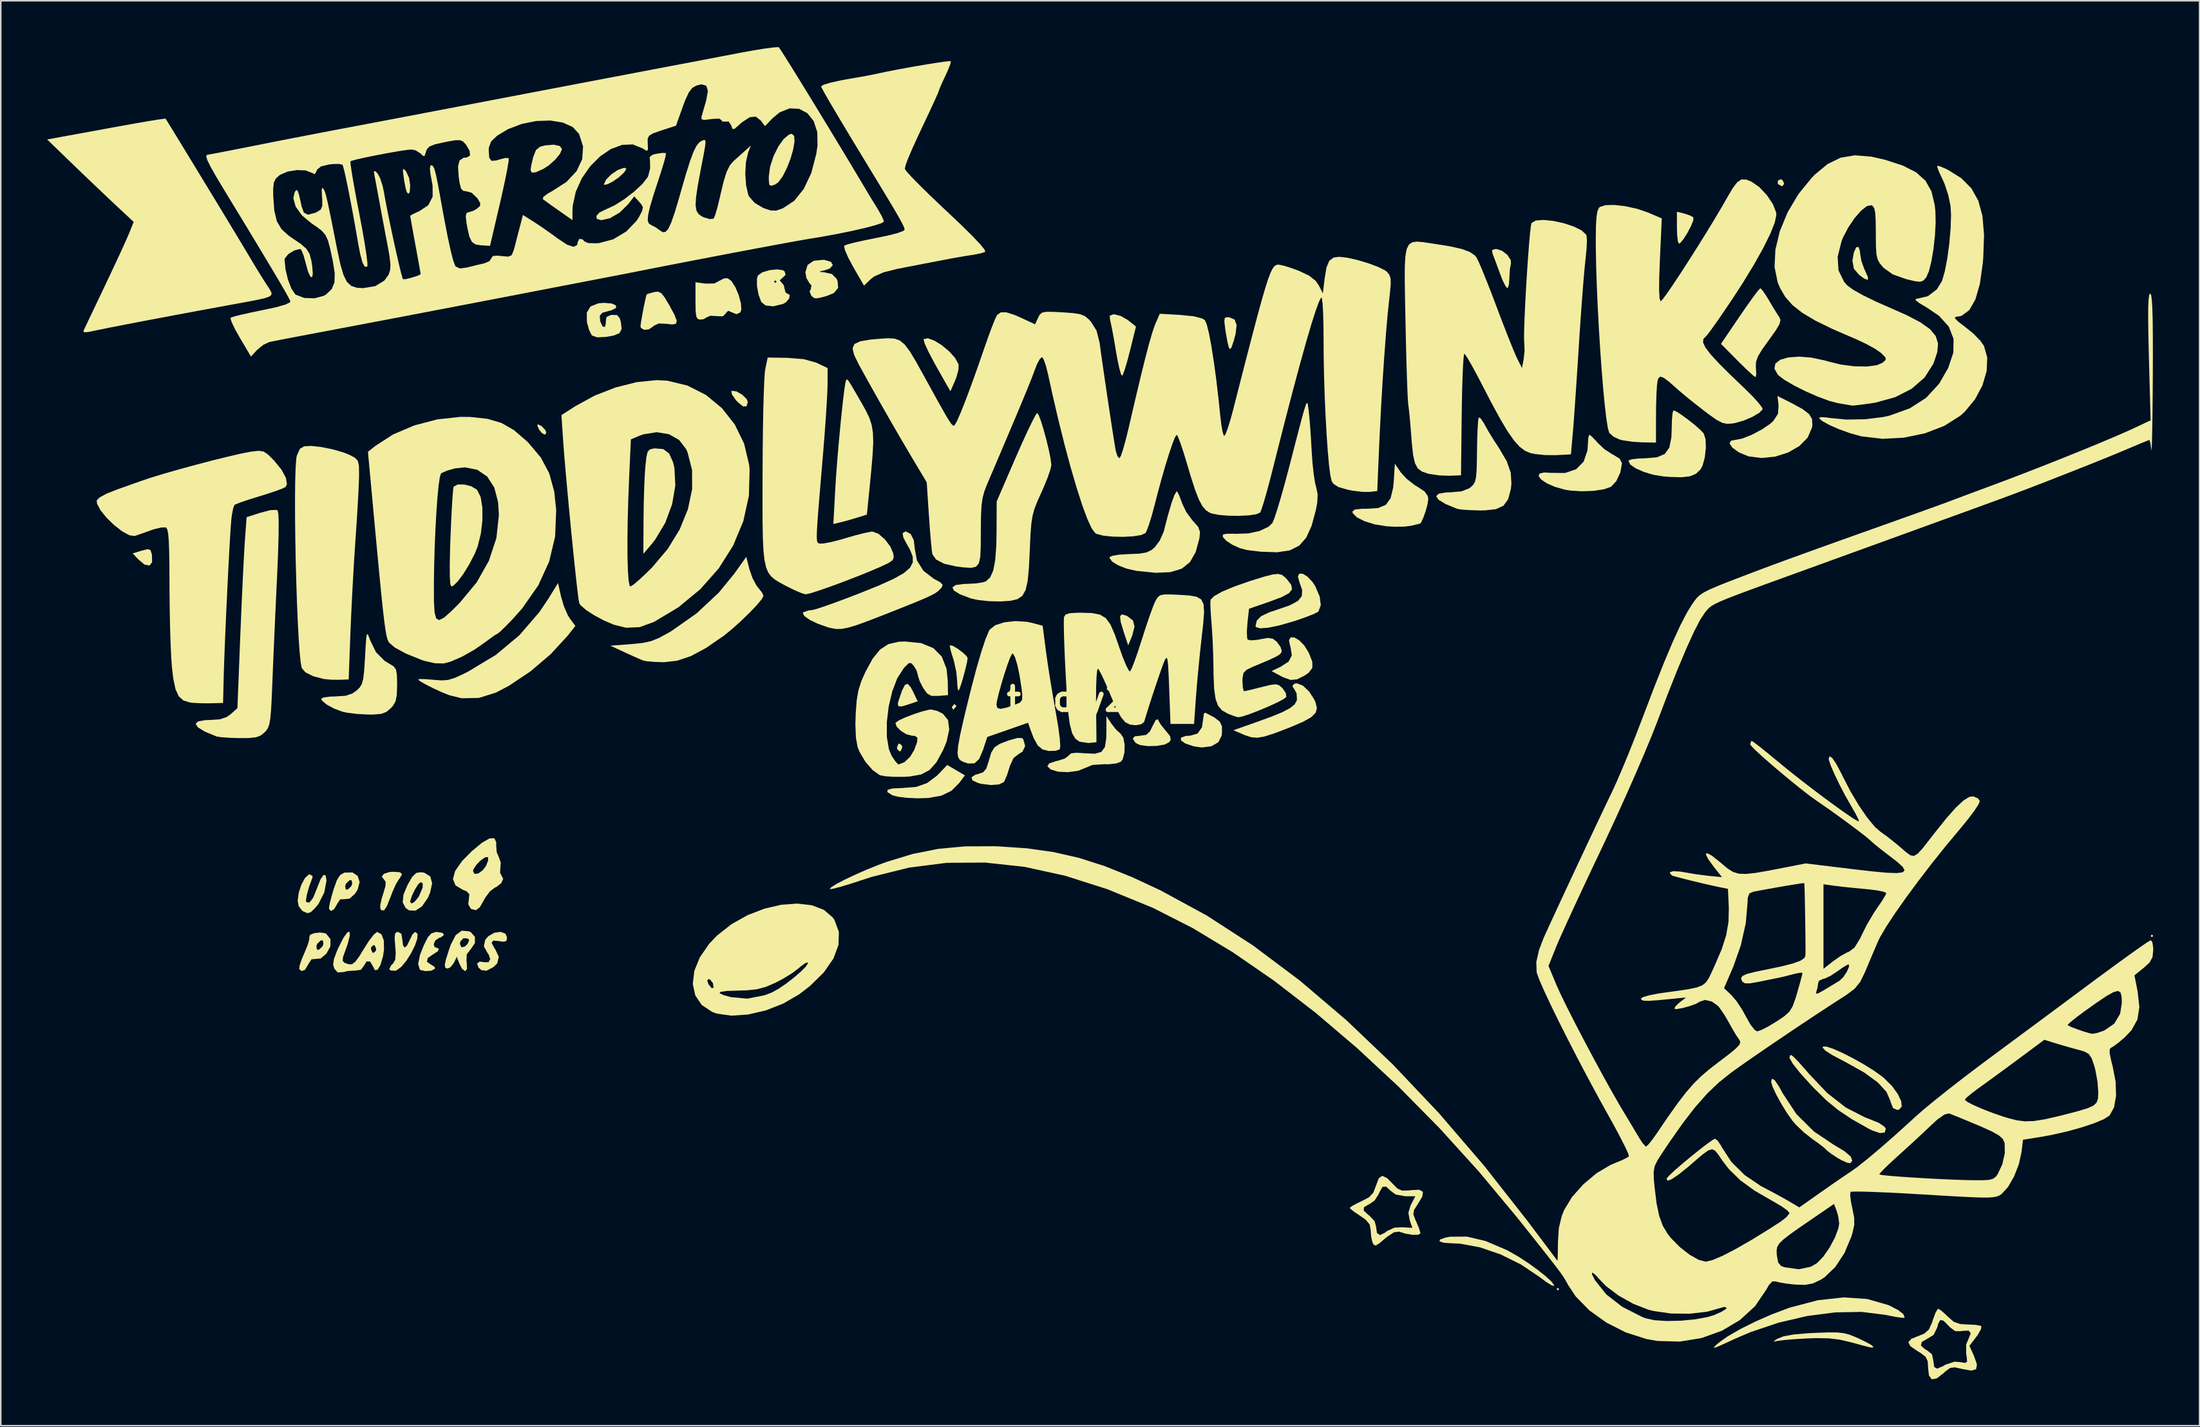
<source format=kicad_pcb>
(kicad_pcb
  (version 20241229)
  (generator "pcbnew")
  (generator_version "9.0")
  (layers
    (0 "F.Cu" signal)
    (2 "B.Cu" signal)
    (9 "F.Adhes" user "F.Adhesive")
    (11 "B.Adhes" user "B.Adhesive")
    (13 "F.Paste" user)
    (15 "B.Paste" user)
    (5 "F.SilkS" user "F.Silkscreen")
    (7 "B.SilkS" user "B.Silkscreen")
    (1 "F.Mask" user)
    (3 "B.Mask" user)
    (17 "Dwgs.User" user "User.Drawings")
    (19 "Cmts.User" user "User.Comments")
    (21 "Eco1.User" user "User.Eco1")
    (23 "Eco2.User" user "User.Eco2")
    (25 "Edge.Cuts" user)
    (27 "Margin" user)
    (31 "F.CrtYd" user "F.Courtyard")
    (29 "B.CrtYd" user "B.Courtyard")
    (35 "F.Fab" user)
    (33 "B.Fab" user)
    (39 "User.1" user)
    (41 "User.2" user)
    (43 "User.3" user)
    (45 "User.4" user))
  (footprint "tiddly2"
    (layer "F.Cu")
    (at 65.993 42.184)
    (property "Reference" "tiddly2" (at 0 0 0) (layer "F.SilkS") (effects (font (size 1.524 1.524) (thickness 0.3))))
    (attr board_only exclude_from_pos_files exclude_from_bom)
    (fp_poly (pts (xy 31.835 38.185) (xy 31.75 38.269) (xy 31.665 38.185) (xy 31.75 38.1)) (stroke (width 0) (type solid)) (fill yes) (layer "F.SilkS"))
    (fp_poly (pts (xy 70.273 15.325) (xy 70.189 15.409) (xy 70.104 15.325) (xy 70.189 15.24)) (stroke (width 0) (type solid)) (fill yes) (layer "F.SilkS"))
    (fp_poly (pts (xy -3.612 -0.621) (xy -3.592 -0.42) (xy -3.612 -0.395) (xy -3.713 -0.418) (xy -3.725 -0.508) (xy -3.663 -0.647)) (stroke (width 0) (type solid)) (fill yes) (layer "F.SilkS"))
    (fp_poly (pts (xy -33.995 -17.658) (xy -33.762 -17.405) (xy -33.697 -17.238) (xy -33.782 -17.103) (xy -33.98 -17.208) (xy -34.166 -17.441) (xy -34.278 -17.698) (xy -34.241 -17.78)) (stroke (width 0) (type solid)) (fill yes) (layer "F.SilkS"))
    (fp_poly (pts (xy -10.687 3.016) (xy -10.668 3.133) (xy -10.759 3.358) (xy -10.837 3.387) (xy -10.988 3.25) (xy -11.007 3.133) (xy -10.915 2.907) (xy -10.837 2.879)) (stroke (width 0) (type solid)) (fill yes) (layer "F.SilkS"))
    (fp_poly (pts (xy -7.17 0.442) (xy -7.197 0.508) (xy -7.349 0.67) (xy -7.376 0.677) (xy -7.449 0.546) (xy -7.451 0.508) (xy -7.32 0.345) (xy -7.271 0.339)) (stroke (width 0) (type solid)) (fill yes) (layer "F.SilkS"))
    (fp_poly (pts (xy 46.289 -33.58) (xy 46.394 -33.347) (xy 46.285 -33.195) (xy 46.238 -33.189) (xy 46.007 -33.312) (xy 45.981 -33.347) (xy 45.989 -33.548) (xy 46.168 -33.635)) (stroke (width 0) (type solid)) (fill yes) (layer "F.SilkS"))
    (fp_poly (pts (xy -59.307 -9.641) (xy -59.222 -9.378) (xy -59.213 -9.336) (xy -59.201 -8.852) (xy -59.374 -8.637) (xy -59.692 -8.704) (xy -60.086 -9.03) (xy -60.456 -9.424) (xy -59.877 -9.602) (xy -59.489 -9.701)) (stroke (width 0) (type solid)) (fill yes) (layer "F.SilkS"))
    (fp_poly (pts (xy -21.389 -19.906) (xy -21.025 -19.696) (xy -20.738 -19.418) (xy -20.659 -19.225) (xy -20.742 -18.939) (xy -20.97 -18.937) (xy -21.315 -19.216) (xy -21.425 -19.339) (xy -21.684 -19.709) (xy -21.724 -19.923) (xy -21.689 -19.948)) (stroke (width 0) (type solid)) (fill yes) (layer "F.SilkS"))
    (fp_poly (pts (xy -10.125 -0.776) (xy -9.946 -0.437) (xy -9.67 0.143) (xy -10.194 0.325) (xy -10.683 0.474) (xy -10.918 0.469) (xy -10.954 0.295) (xy -10.911 0.127) (xy -10.68 -0.551) (xy -10.493 -0.916) (xy -10.318 -0.985)) (stroke (width 0) (type solid)) (fill yes) (layer "F.SilkS"))
    (fp_poly (pts (xy 3.826 -5.399) (xy 3.893 -5.367) (xy 4.258 -5.085) (xy 4.363 -4.695) (xy 4.221 -4.13) (xy 4.186 -4.042) (xy 3.952 -3.471) (xy 3.656 -4.361) (xy 3.466 -4.995) (xy 3.426 -5.357) (xy 3.544 -5.48)) (stroke (width 0) (type solid)) (fill yes) (layer "F.SilkS"))
    (fp_poly (pts (xy -42.853 -34.238) (xy -42.764 -34.131) (xy -42.578 -33.729) (xy -42.503 -33.242) (xy -42.533 -32.8) (xy -42.625 -32.69) (xy -42.727 -32.808) (xy -42.795 -33.041) (xy -42.88 -33.479) (xy -42.914 -33.697) (xy -42.973 -34.147) (xy -42.958 -34.311)) (stroke (width 0) (type solid)) (fill yes) (layer "F.SilkS"))
    (fp_poly (pts (xy -28.514 -34.318) (xy -28.636 -34.112) (xy -28.718 -34.019) (xy -29.024 -33.743) (xy -29.393 -33.491) (xy -29.73 -33.316) (xy -29.941 -33.271) (xy -29.969 -33.312) (xy -29.827 -33.614) (xy -29.488 -33.953) (xy -29.067 -34.236) (xy -28.679 -34.373) (xy -28.638 -34.375)) (stroke (width 0) (type solid)) (fill yes) (layer "F.SilkS"))
    (fp_poly (pts (xy 39.92 -31.418) (xy 40.31 -31.289) (xy 40.523 -31.169) (xy 40.513 -30.972) (xy 40.364 -30.604) (xy 40.136 -30.167) (xy 39.884 -29.767) (xy 39.667 -29.508) (xy 39.583 -29.464) (xy 39.516 -29.618) (xy 39.469 -30.019) (xy 39.455 -30.498) (xy 39.455 -31.533)) (stroke (width 0) (type solid)) (fill yes) (layer "F.SilkS"))
    (fp_poly (pts (xy 51.303 -28.953) (xy 51.308 -28.822) (xy 51.386 -28.361) (xy 51.579 -27.825) (xy 51.628 -27.722) (xy 51.818 -27.288) (xy 51.802 -27.119) (xy 51.57 -27.209) (xy 51.246 -27.444) (xy 50.902 -27.849) (xy 50.811 -28.368) (xy 50.907 -28.914) (xy 51.06 -29.24) (xy 51.213 -29.248)) (stroke (width 0) (type solid)) (fill yes) (layer "F.SilkS"))
    (fp_poly (pts (xy 10.52 -24.695) (xy 10.84 -24.55) (xy 10.965 -24.209) (xy 10.902 -23.636) (xy 10.787 -23.199) (xy 10.641 -22.766) (xy 10.54 -22.632) (xy 10.458 -22.763) (xy 10.454 -22.775) (xy 10.367 -23.144) (xy 10.271 -23.683) (xy 10.233 -23.933) (xy 10.174 -24.42) (xy 10.198 -24.653) (xy 10.337 -24.713)) (stroke (width 0) (type solid)) (fill yes) (layer "F.SilkS"))
    (fp_poly (pts (xy -8.592 -23.196) (xy -8.111 -22.898) (xy -7.638 -22.505) (xy -7.25 -22.074) (xy -7.023 -21.66) (xy -7.028 -21.323) (xy -7.156 -20.838) (xy -7.237 -20.632) (xy -7.549 -19.916) (xy -7.982 -20.668) (xy -8.558 -21.692) (xy -8.972 -22.476) (xy -9.217 -23.007) (xy -9.285 -23.271) (xy -9.276 -23.292) (xy -9.005 -23.346)) (stroke (width 0) (type solid)) (fill yes) (layer "F.SilkS"))
    (fp_poly (pts (xy -32.822 -35.784) (xy -32.681 -35.588) (xy -32.809 -35.283) (xy -33.129 -34.894) (xy -33.548 -34.522) (xy -33.897 -34.3) (xy -34.377 -34.088) (xy -34.63 -34.06) (xy -34.711 -34.211) (xy -34.712 -34.248) (xy -34.669 -34.541) (xy -34.563 -34.993) (xy -34.537 -35.088) (xy -34.367 -35.523) (xy -34.103 -35.739) (xy -33.777 -35.826) (xy -33.212 -35.872)) (stroke (width 0) (type solid)) (fill yes) (layer "F.SilkS"))
    (fp_poly (pts (xy -17.66 -36.438) (xy -17.638 -36.074) (xy -17.725 -35.558) (xy -17.896 -34.964) (xy -18.128 -34.365) (xy -18.397 -33.835) (xy -18.677 -33.449) (xy -18.887 -33.295) (xy -19.152 -33.211) (xy -19.271 -33.282) (xy -19.3 -33.584) (xy -19.3 -33.824) (xy -19.215 -34.454) (xy -18.997 -35.122) (xy -18.689 -35.746) (xy -18.335 -36.245) (xy -17.982 -36.535) (xy -17.815 -36.576)) (stroke (width 0) (type solid)) (fill yes) (layer "F.SilkS"))
    (fp_poly (pts (xy -6.614 4.938) (xy -6.975 5.426) (xy -7.48 5.934) (xy -8.133 6.252) (xy -8.997 6.403) (xy -9.678 6.423) (xy -10.348 6.393) (xy -10.927 6.324) (xy -11.294 6.232) (xy -11.303 6.228) (xy -11.628 6.021) (xy -11.62 5.872) (xy -11.28 5.784) (xy -10.66 5.757) (xy -9.763 5.686) (xy -9.061 5.438) (xy -8.432 4.967) (xy -8.238 4.772) (xy -7.756 4.265)) (stroke (width 0) (type solid)) (fill yes) (layer "F.SilkS"))
    (fp_poly (pts (xy 9.531 1.193) (xy 9.874 1.459) (xy 10.018 1.758) (xy 10.021 2.172) (xy 9.997 2.371) (xy 9.788 2.791) (xy 9.337 3.054) (xy 8.715 3.133) (xy 8.198 3.061) (xy 7.649 2.875) (xy 7.367 2.675) (xy 7.366 2.5) (xy 7.659 2.39) (xy 7.963 2.371) (xy 8.443 2.232) (xy 8.727 1.824) (xy 8.805 1.267) (xy 8.845 0.96) (xy 8.932 0.88)) (stroke (width 0) (type solid)) (fill yes) (layer "F.SilkS"))
    (fp_poly (pts (xy 28.134 -29.012) (xy 28.485 -28.738) (xy 28.704 -28.406) (xy 28.715 -28.167) (xy 28.651 -27.837) (xy 28.618 -27.349) (xy 28.617 -27.249) (xy 28.587 -26.83) (xy 28.51 -26.6) (xy 28.481 -26.585) (xy 28.357 -26.732) (xy 28.171 -27.112) (xy 27.996 -27.559) (xy 27.788 -28.132) (xy 27.609 -28.608) (xy 27.522 -28.829) (xy 27.496 -29.061) (xy 27.741 -29.125) (xy 27.753 -29.125)) (stroke (width 0) (type solid)) (fill yes) (layer "F.SilkS"))
    (fp_poly (pts (xy -7.408 -3.448) (xy -7.094 -3.267) (xy -6.756 -3.016) (xy -6.503 -2.774) (xy -6.437 -2.65) (xy -6.481 -2.359) (xy -6.591 -1.891) (xy -6.733 -1.364) (xy -6.877 -0.892) (xy -6.989 -0.592) (xy -7.017 -0.547) (xy -7.075 -0.635) (xy -7.109 -0.97) (xy -7.112 -1.151) (xy -7.171 -1.761) (xy -7.317 -2.437) (xy -7.378 -2.635) (xy -7.521 -3.099) (xy -7.589 -3.41) (xy -7.585 -3.478)) (stroke (width 0) (type solid)) (fill yes) (layer "F.SilkS"))
    (fp_poly (pts (xy 3.471 -24.787) (xy 3.917 -24.533) (xy 3.963 -24.497) (xy 4.455 -24.103) (xy 4.071 -22.548) (xy 3.892 -21.866) (xy 3.728 -21.319) (xy 3.603 -20.982) (xy 3.56 -20.915) (xy 3.481 -21.036) (xy 3.372 -21.425) (xy 3.247 -22.016) (xy 3.165 -22.483) (xy 3.038 -23.234) (xy 2.917 -23.894) (xy 2.82 -24.366) (xy 2.784 -24.511) (xy 2.752 -24.798) (xy 2.955 -24.888) (xy 3.071 -24.891)) (stroke (width 0) (type solid)) (fill yes) (layer "F.SilkS"))
    (fp_poly (pts (xy 5.887 1.355) (xy 6.053 1.644) (xy 6.351 2.018) (xy 6.397 2.068) (xy 6.666 2.402) (xy 6.704 2.63) (xy 6.609 2.788) (xy 6.305 2.946) (xy 5.802 3.033) (xy 5.233 3.046) (xy 4.729 2.98) (xy 4.437 2.845) (xy 4.248 2.568) (xy 4.368 2.414) (xy 4.75 2.371) (xy 5.114 2.318) (xy 5.354 2.101) (xy 5.536 1.736) (xy 5.731 1.362) (xy 5.86 1.303)) (stroke (width 0) (type solid)) (fill yes) (layer "F.SilkS"))
    (fp_poly (pts (xy 14.703 -3.985) (xy 15.017 -3.801) (xy 15.348 -3.463) (xy 15.638 -2.993) (xy 15.864 -2.416) (xy 15.868 -2.018) (xy 15.635 -1.708) (xy 15.367 -1.522) (xy 14.876 -1.274) (xy 14.462 -1.236) (xy 13.98 -1.409) (xy 13.769 -1.518) (xy 13.229 -1.81) (xy 13.816 -2.09) (xy 14.332 -2.425) (xy 14.537 -2.824) (xy 14.46 -3.345) (xy 14.436 -3.411) (xy 14.356 -3.809) (xy 14.464 -3.994)) (stroke (width 0) (type solid)) (fill yes) (layer "F.SilkS"))
    (fp_poly (pts (xy -43.16 11.209) (xy -43.031 11.336) (xy -43.179 11.597) (xy -43.24 11.671) (xy -43.424 11.978) (xy -43.648 12.474) (xy -43.782 12.827) (xy -44.011 13.404) (xy -44.194 13.676) (xy -44.356 13.669) (xy -44.437 13.568) (xy -44.439 13.334) (xy -44.344 12.902) (xy -44.255 12.618) (xy -44.104 12.108) (xy -44.09 11.822) (xy -44.195 11.684) (xy -44.34 11.488) (xy -44.206 11.309) (xy -43.849 11.194) (xy -43.593 11.176)) (stroke (width 0) (type solid)) (fill yes) (layer "F.SilkS"))
    (fp_poly (pts (xy -26.127 -16.174) (xy -25.747 -15.886) (xy -25.493 -15.319) (xy -25.406 -14.944) (xy -25.349 -13.815) (xy -25.556 -12.606) (xy -25.999 -11.41) (xy -26.651 -10.317) (xy -26.91 -9.991) (xy -27.418 -9.398) (xy -27.405 -11.684) (xy -27.392 -12.65) (xy -27.365 -13.606) (xy -27.329 -14.444) (xy -27.287 -15.055) (xy -27.285 -15.071) (xy -27.22 -15.662) (xy -27.14 -15.996) (xy -27.003 -16.153) (xy -26.767 -16.211) (xy -26.67 -16.221)) (stroke (width 0) (type solid)) (fill yes) (layer "F.SilkS"))
    (fp_poly (pts (xy -26.261 -26.266) (xy -26.033 -25.978) (xy -25.759 -25.52) (xy -25.414 -24.885) (xy -25.26 -24.49) (xy -25.303 -24.288) (xy -25.546 -24.238) (xy -25.888 -24.277) (xy -26.411 -24.305) (xy -26.719 -24.169) (xy -26.756 -24.129) (xy -27.048 -23.927) (xy -27.365 -23.889) (xy -27.576 -24.017) (xy -27.601 -24.122) (xy -27.571 -24.374) (xy -27.496 -24.815) (xy -27.398 -25.331) (xy -27.3 -25.806) (xy -27.224 -26.124) (xy -27.2 -26.191) (xy -27.039 -26.248) (xy -26.732 -26.331) (xy -26.47 -26.364)) (stroke (width 0) (type solid)) (fill yes) (layer "F.SilkS"))
    (fp_poly (pts (xy 27.084 35.073) (xy 28.446 35.656) (xy 28.597 35.735) (xy 29.202 36.082) (xy 29.835 36.496) (xy 30.439 36.931) (xy 30.957 37.343) (xy 31.331 37.688) (xy 31.503 37.921) (xy 31.496 37.98) (xy 31.331 37.927) (xy 30.982 37.706) (xy 30.565 37.396) (xy 29.365 36.589) (xy 28.049 35.937) (xy 26.707 35.477) (xy 25.431 35.243) (xy 24.959 35.221) (xy 24.376 35.185) (xy 24.095 35.094) (xy 24.126 34.974) (xy 24.479 34.849) (xy 24.793 34.791) (xy 25.87 34.785)) (stroke (width 0) (type solid)) (fill yes) (layer "F.SilkS"))
    (fp_poly (pts (xy 47.021 23.167) (xy 47.338 23.497) (xy 47.76 23.97) (xy 47.991 24.241) (xy 49.183 25.497) (xy 50.381 26.432) (xy 51.61 27.064) (xy 51.852 27.153) (xy 52.53 27.431) (xy 52.903 27.691) (xy 52.969 27.813) (xy 52.904 28.049) (xy 52.604 28.086) (xy 52.108 27.923) (xy 51.868 27.805) (xy 50.782 27.192) (xy 49.902 26.606) (xy 49.117 25.961) (xy 48.313 25.171) (xy 48.12 24.967) (xy 47.402 24.168) (xy 46.939 23.58) (xy 46.732 23.205) (xy 46.784 23.045) (xy 46.863 23.041)) (stroke (width 0) (type solid)) (fill yes) (layer "F.SilkS"))
    (fp_poly (pts (xy -38.549 -13.766) (xy -38.192 -13.553) (xy -38.169 -13.529) (xy -37.945 -13.074) (xy -37.833 -12.392) (xy -37.83 -11.571) (xy -37.932 -10.702) (xy -38.138 -9.877) (xy -38.307 -9.443) (xy -38.665 -8.745) (xy -39.051 -8.116) (xy -39.416 -7.623) (xy -39.715 -7.331) (xy -39.84 -7.281) (xy -39.904 -7.435) (xy -39.939 -7.902) (xy -39.944 -8.689) (xy -39.919 -9.802) (xy -39.897 -10.441) (xy -39.856 -11.445) (xy -39.811 -12.333) (xy -39.766 -13.049) (xy -39.725 -13.538) (xy -39.692 -13.743) (xy -39.433 -13.881) (xy -39.007 -13.882)) (stroke (width 0) (type solid)) (fill yes) (layer "F.SilkS"))
    (fp_poly (pts (xy 46.909 -19.133) (xy 47.592 -18.759) (xy 48.006 -18.44) (xy 48.198 -18.116) (xy 48.218 -17.727) (xy 48.192 -17.555) (xy 47.91 -16.911) (xy 47.371 -16.368) (xy 46.647 -15.952) (xy 45.809 -15.686) (xy 44.931 -15.596) (xy 44.085 -15.705) (xy 43.476 -15.955) (xy 43.038 -16.271) (xy 42.859 -16.539) (xy 42.952 -16.717) (xy 43.222 -16.766) (xy 43.7 -16.863) (xy 44.32 -17.111) (xy 44.96 -17.449) (xy 45.497 -17.816) (xy 45.697 -18.001) (xy 45.993 -18.458) (xy 46.033 -18.993) (xy 46.03 -19.024) (xy 45.961 -19.611)) (stroke (width 0) (type solid)) (fill yes) (layer "F.SilkS"))
    (fp_poly (pts (xy 49.562 22.631) (xy 50.154 22.893) (xy 50.831 23.236) (xy 51.528 23.626) (xy 52.179 24.03) (xy 52.716 24.414) (xy 52.848 24.522) (xy 53.366 25.037) (xy 53.746 25.555) (xy 53.965 26.019) (xy 54 26.374) (xy 53.829 26.567) (xy 53.698 26.585) (xy 53.439 26.469) (xy 53.284 26.081) (xy 53.269 26.008) (xy 53.01 25.415) (xy 52.447 24.804) (xy 51.569 24.165) (xy 50.365 23.49) (xy 50.274 23.443) (xy 49.513 23.041) (xy 49.054 22.748) (xy 48.883 22.554) (xy 48.901 22.49) (xy 49.123 22.486)) (stroke (width 0) (type solid)) (fill yes) (layer "F.SilkS"))
    (fp_poly (pts (xy -36.343 15.182) (xy -36.237 15.423) (xy -36.284 15.66) (xy -36.491 15.708) (xy -36.745 15.663) (xy -37.132 15.629) (xy -37.235 15.771) (xy -37.062 16.103) (xy -37.005 16.181) (xy -36.771 16.675) (xy -36.869 17.101) (xy -37.122 17.347) (xy -37.57 17.581) (xy -37.903 17.538) (xy -38.087 17.372) (xy -38.175 17.118) (xy -38.006 16.987) (xy -37.709 17.029) (xy -37.429 17.027) (xy -37.324 16.82) (xy -37.434 16.514) (xy -37.491 16.444) (xy -37.738 15.999) (xy -37.649 15.579) (xy -37.452 15.351) (xy -37.056 15.12) (xy -36.651 15.066)) (stroke (width 0) (type solid)) (fill yes) (layer "F.SilkS"))
    (fp_poly (pts (xy -15.698 -28.416) (xy -15.279 -28.291) (xy -15.159 -28.081) (xy -15.343 -27.864) (xy -15.663 -27.75) (xy -15.984 -27.674) (xy -15.987 -27.638) (xy -15.748 -27.619) (xy -15.222 -27.506) (xy -14.918 -27.2) (xy -14.852 -27.051) (xy -14.814 -26.605) (xy -15.084 -26.277) (xy -15.553 -26.082) (xy -16.02 -25.957) (xy -16.275 -25.925) (xy -16.43 -25.988) (xy -16.557 -26.107) (xy -16.659 -26.378) (xy -16.589 -26.508) (xy -16.541 -26.761) (xy -16.677 -26.922) (xy -16.868 -27.241) (xy -16.933 -27.616) (xy -16.794 -28.087) (xy -16.394 -28.361) (xy -15.763 -28.421)) (stroke (width 0) (type solid)) (fill yes) (layer "F.SilkS"))
    (fp_poly (pts (xy -40.402 15.133) (xy -40.317 15.273) (xy -40.535 15.426) (xy -40.64 15.458) (xy -40.875 15.619) (xy -40.982 15.861) (xy -40.924 16.052) (xy -40.809 16.087) (xy -40.643 16.161) (xy -40.729 16.332) (xy -41.01 16.512) (xy -41.363 16.754) (xy -41.421 16.995) (xy -41.172 17.179) (xy -41.155 17.185) (xy -40.917 17.332) (xy -40.902 17.454) (xy -41.136 17.576) (xy -41.508 17.606) (xy -41.828 17.537) (xy -41.882 17.498) (xy -41.99 17.151) (xy -41.87 16.558) (xy -41.614 15.914) (xy -41.359 15.415) (xy -41.133 15.162) (xy -40.859 15.078) (xy -40.767 15.074)) (stroke (width 0) (type solid)) (fill yes) (layer "F.SilkS"))
    (fp_poly (pts (xy 15.246 -8.108) (xy 15.553 -7.921) (xy 15.883 -7.567) (xy 16.057 -7.299) (xy 16.341 -6.636) (xy 16.413 -6.073) (xy 16.266 -5.68) (xy 16.214 -5.63) (xy 15.962 -5.504) (xy 15.477 -5.313) (xy 14.847 -5.093) (xy 14.613 -5.017) (xy 13.72 -4.761) (xy 12.993 -4.613) (xy 12.478 -4.578) (xy 12.216 -4.661) (xy 12.192 -4.727) (xy 12.273 -5.079) (xy 12.553 -5.361) (xy 13.083 -5.614) (xy 13.571 -5.776) (xy 14.4 -6.062) (xy 14.927 -6.343) (xy 15.185 -6.66) (xy 15.208 -7.052) (xy 15.043 -7.528) (xy 14.932 -7.924) (xy 15.019 -8.113)) (stroke (width 0) (type solid)) (fill yes) (layer "F.SilkS"))
    (fp_poly (pts (xy -48.82 11.448) (xy -48.828 11.557) (xy -49.033 12.113) (xy -49.181 12.63) (xy -49.248 13.009) (xy -49.23 13.141) (xy -49.02 13.169) (xy -48.784 12.863) (xy -48.524 12.223) (xy -48.513 12.19) (xy -48.299 11.656) (xy -48.112 11.387) (xy -47.978 11.4) (xy -47.922 11.716) (xy -47.921 11.758) (xy -48.061 12.516) (xy -48.432 13.248) (xy -48.639 13.504) (xy -48.935 13.792) (xy -49.152 13.857) (xy -49.432 13.735) (xy -49.488 13.702) (xy -49.718 13.401) (xy -49.784 13.051) (xy -49.715 12.532) (xy -49.542 12.008) (xy -49.31 11.582) (xy -49.068 11.358) (xy -49.006 11.345)) (stroke (width 0) (type solid)) (fill yes) (layer "F.SilkS"))
    (fp_poly (pts (xy -21.716 -27.048) (xy -21.461 -26.644) (xy -21.244 -26.126) (xy -21.104 -25.603) (xy -21.08 -25.182) (xy -21.152 -25.008) (xy -21.399 -24.904) (xy -21.664 -25.015) (xy -21.931 -25.124) (xy -22.073 -24.979) (xy -22.086 -24.948) (xy -22.274 -24.766) (xy -22.672 -24.778) (xy -22.687 -24.781) (xy -23.071 -24.803) (xy -23.287 -24.717) (xy -23.522 -24.58) (xy -23.717 -24.553) (xy -23.888 -24.587) (xy -23.987 -24.737) (xy -24.033 -25.074) (xy -24.045 -25.669) (xy -24.045 -25.761) (xy -24.045 -26.969) (xy -23.409 -26.883) (xy -22.823 -26.891) (xy -22.547 -27.04) (xy -22.203 -27.218) (xy -21.969 -27.23)) (stroke (width 0) (type solid)) (fill yes) (layer "F.SilkS"))
    (fp_poly (pts (xy -2.924 2.526) (xy -2.839 2.599) (xy -2.714 3.038) (xy -2.887 3.406) (xy -3.124 3.553) (xy -3.465 3.812) (xy -3.702 4.326) (xy -3.733 4.438) (xy -3.891 4.933) (xy -4.053 5.303) (xy -4.101 5.376) (xy -4.409 5.525) (xy -4.927 5.564) (xy -5.543 5.489) (xy -5.745 5.439) (xy -6.125 5.261) (xy -6.187 5.062) (xy -5.927 4.894) (xy -5.768 4.853) (xy -5.433 4.739) (xy -5.23 4.498) (xy -5.075 4.029) (xy -5.065 3.989) (xy -4.908 3.464) (xy -4.704 3.131) (xy -4.362 2.9) (xy -3.792 2.682) (xy -3.725 2.66) (xy -3.209 2.517)) (stroke (width 0) (type solid)) (fill yes) (layer "F.SilkS"))
    (fp_poly (pts (xy 15.253 -0.87) (xy 15.656 -0.49) (xy 15.994 0.036) (xy 16.08 0.235) (xy 16.161 0.588) (xy 16.081 0.887) (xy 15.804 1.166) (xy 15.29 1.459) (xy 14.502 1.8) (xy 14.157 1.936) (xy 13.333 2.246) (xy 12.739 2.431) (xy 12.293 2.504) (xy 11.916 2.471) (xy 11.524 2.345) (xy 11.349 2.271) (xy 10.759 2.016) (xy 12.168 1.522) (xy 13.19 1.151) (xy 13.928 0.848) (xy 14.423 0.587) (xy 14.719 0.348) (xy 14.856 0.106) (xy 14.873 0.023) (xy 14.847 -0.364) (xy 14.746 -0.561) (xy 14.572 -0.841) (xy 14.702 -0.996) (xy 14.872 -1.016)) (stroke (width 0) (type solid)) (fill yes) (layer "F.SilkS"))
    (fp_poly (pts (xy 45.78 24.662) (xy 46.057 25.067) (xy 46.309 25.527) (xy 47.189 26.861) (xy 48.333 27.993) (xy 49.569 28.819) (xy 50.294 29.258) (xy 50.702 29.607) (xy 50.802 29.875) (xy 50.67 30.032) (xy 50.46 30.001) (xy 50.079 29.828) (xy 49.884 29.717) (xy 49.464 29.445) (xy 49.177 29.225) (xy 49.125 29.169) (xy 48.936 28.996) (xy 48.56 28.711) (xy 48.235 28.483) (xy 47.673 28.043) (xy 47.143 27.536) (xy 46.946 27.309) (xy 46.584 26.799) (xy 46.213 26.2) (xy 45.884 25.602) (xy 45.647 25.097) (xy 45.551 24.775) (xy 45.551 24.766) (xy 45.609 24.559)) (stroke (width 0) (type solid)) (fill yes) (layer "F.SilkS"))
    (fp_poly (pts (xy -42.025 15.193) (xy -42.046 15.512) (xy -42.199 15.957) (xy -42.447 16.455) (xy -42.751 16.934) (xy -43.075 17.324) (xy -43.382 17.552) (xy -43.477 17.58) (xy -43.772 17.563) (xy -43.857 17.474) (xy -43.741 17.24) (xy -43.617 17.114) (xy -43.474 16.875) (xy -43.439 16.438) (xy -43.471 15.992) (xy -43.511 15.456) (xy -43.48 15.176) (xy -43.361 15.077) (xy -43.288 15.071) (xy -43.075 15.192) (xy -43.011 15.579) (xy -42.966 15.935) (xy -42.86 16.087) (xy -42.858 16.087) (xy -42.702 15.944) (xy -42.535 15.6) (xy -42.528 15.579) (xy -42.355 15.226) (xy -42.18 15.071) (xy -42.173 15.071)) (stroke (width 0) (type solid)) (fill yes) (layer "F.SilkS"))
    (fp_poly (pts (xy -41.582 11.243) (xy -41.205 11.479) (xy -41.083 11.919) (xy -41.219 12.539) (xy -41.363 12.869) (xy -41.737 13.414) (xy -42.158 13.691) (xy -42.575 13.676) (xy -42.8 13.52) (xy -42.988 13.157) (xy -42.984 13.118) (xy -42.503 13.118) (xy -42.42 13.232) (xy -42.224 13.123) (xy -41.994 12.846) (xy -41.914 12.708) (xy -41.693 12.19) (xy -41.694 11.912) (xy -41.834 11.853) (xy -41.987 11.991) (xy -42.192 12.32) (xy -42.384 12.713) (xy -42.495 13.047) (xy -42.503 13.118) (xy -42.984 13.118) (xy -42.936 12.651) (xy -42.674 12.027) (xy -42.375 11.507) (xy -42.107 11.251) (xy -41.795 11.203)) (stroke (width 0) (type solid)) (fill yes) (layer "F.SilkS"))
    (fp_poly (pts (xy 44.989 -26.447) (xy 45.227 -26.101) (xy 45.423 -25.779) (xy 45.724 -25.272) (xy 45.983 -24.855) (xy 46.088 -24.699) (xy 46.154 -24.519) (xy 46.093 -24.271) (xy 45.877 -23.894) (xy 45.477 -23.328) (xy 45.393 -23.214) (xy 44.95 -22.594) (xy 44.689 -22.152) (xy 44.571 -21.808) (xy 44.561 -21.479) (xy 44.567 -21.418) (xy 44.588 -21.029) (xy 44.551 -20.833) (xy 44.538 -20.828) (xy 44.383 -20.94) (xy 44.052 -21.241) (xy 43.602 -21.676) (xy 43.372 -21.905) (xy 42.305 -22.983) (xy 43.527 -24.784) (xy 43.992 -25.459) (xy 44.393 -26.019) (xy 44.69 -26.41) (xy 44.845 -26.58) (xy 44.853 -26.583)) (stroke (width 0) (type solid)) (fill yes) (layer "F.SilkS"))
    (fp_poly (pts (xy 49.806 40.987) (xy 50.253 41.033) (xy 50.64 41.136) (xy 51.058 41.305) (xy 51.201 41.37) (xy 51.699 41.612) (xy 52.044 41.806) (xy 52.155 41.901) (xy 52.143 41.954) (xy 52.067 41.968) (xy 51.863 41.93) (xy 51.466 41.828) (xy 50.815 41.649) (xy 50.715 41.622) (xy 49.992 41.453) (xy 49.285 41.367) (xy 48.461 41.353) (xy 47.837 41.375) (xy 47.078 41.42) (xy 46.42 41.476) (xy 45.953 41.534) (xy 45.805 41.566) (xy 45.704 41.571) (xy 45.873 41.445) (xy 45.967 41.389) (xy 46.37 41.233) (xy 46.988 41.12) (xy 47.871 41.042) (xy 48.358 41.017) (xy 49.204 40.985)) (stroke (width 0) (type solid)) (fill yes) (layer "F.SilkS"))
    (fp_poly (pts (xy -32.737 -6.606) (xy -32.552 -5.987) (xy -32.306 -5.428) (xy -32.176 -5.217) (xy -31.816 -4.729) (xy -32.317 -4.096) (xy -33.413 -2.904) (xy -34.716 -1.795) (xy -36.112 -0.861) (xy -36.955 -0.418) (xy -38.058 -0.073) (xy -39.166 -0.05) (xy -39.972 -0.246) (xy -40.479 -0.452) (xy -41.023 -0.703) (xy -41.516 -0.954) (xy -41.869 -1.159) (xy -41.995 -1.271) (xy -41.842 -1.297) (xy -41.446 -1.284) (xy -40.999 -1.245) (xy -40.473 -1.206) (xy -40.055 -1.236) (xy -39.628 -1.364) (xy -39.076 -1.616) (xy -38.76 -1.775) (xy -36.969 -2.851) (xy -35.44 -4.126) (xy -34.146 -5.627) (xy -33.557 -6.503) (xy -32.937 -7.507)) (stroke (width 0) (type solid)) (fill yes) (layer "F.SilkS"))
    (fp_poly (pts (xy -18.395 -27.751) (xy -18.28 -27.677) (xy -18.214 -27.45) (xy -18.406 -27.267) (xy -18.593 -27.089) (xy -18.5 -26.985) (xy -18.322 -26.761) (xy -18.288 -26.571) (xy -18.214 -26.304) (xy -18.119 -26.247) (xy -17.947 -26.149) (xy -17.98 -25.926) (xy -18.177 -25.685) (xy -18.384 -25.565) (xy -19.021 -25.413) (xy -19.519 -25.47) (xy -19.791 -25.699) (xy -19.966 -26.171) (xy -20.065 -26.715) (xy -20.068 -27.009) (xy -18.965 -27.009) (xy -18.881 -26.924) (xy -18.796 -27.009) (xy -18.881 -27.093) (xy -18.965 -27.009) (xy -20.068 -27.009) (xy -20.07 -27.189) (xy -20.006 -27.409) (xy -19.724 -27.611) (xy -19.271 -27.749) (xy -18.782 -27.803)) (stroke (width 0) (type solid)) (fill yes) (layer "F.SilkS"))
    (fp_poly (pts (xy -14.204 -20.662) (xy -14.11 -20.541) (xy -13.94 -20.267) (xy -13.661 -19.789) (xy -13.323 -19.204) (xy -13.018 -18.661) (xy -12.794 -18.192) (xy -12.645 -17.738) (xy -12.564 -17.237) (xy -12.544 -16.628) (xy -12.581 -15.851) (xy -12.666 -14.844) (xy -12.759 -13.885) (xy -12.954 -11.938) (xy -13.547 -11.75) (xy -14.105 -11.584) (xy -14.625 -11.445) (xy -14.631 -11.444) (xy -15.123 -11.326) (xy -15.009 -13.46) (xy -14.956 -14.314) (xy -14.884 -15.286) (xy -14.797 -16.32) (xy -14.702 -17.358) (xy -14.605 -18.345) (xy -14.51 -19.223) (xy -14.424 -19.935) (xy -14.352 -20.426) (xy -14.3 -20.639) (xy -14.298 -20.641) (xy -14.256 -20.679)) (stroke (width 0) (type solid)) (fill yes) (layer "F.SilkS"))
    (fp_poly (pts (xy 33.952 -16.985) (xy 34.232 -16.692) (xy 34.335 -16.572) (xy 34.778 -16.157) (xy 35.276 -15.837) (xy 35.34 -15.807) (xy 35.756 -15.546) (xy 35.899 -15.263) (xy 35.796 -14.664) (xy 35.534 -14.103) (xy 35.191 -13.736) (xy 34.735 -13.573) (xy 34.062 -13.473) (xy 33.29 -13.444) (xy 32.535 -13.493) (xy 32.214 -13.547) (xy 31.553 -13.733) (xy 31.029 -13.964) (xy 30.67 -14.207) (xy 30.506 -14.427) (xy 30.565 -14.59) (xy 30.877 -14.662) (xy 31.291 -14.636) (xy 32.221 -14.628) (xy 32.934 -14.873) (xy 33.42 -15.362) (xy 33.667 -16.086) (xy 33.697 -16.521) (xy 33.722 -16.909) (xy 33.782 -17.099) (xy 33.793 -17.103)) (stroke (width 0) (type solid)) (fill yes) (layer "F.SilkS"))
    (fp_poly (pts (xy 51.764 38.821) (xy 53.127 39.212) (xy 53.23 39.257) (xy 53.77 39.539) (xy 54.106 39.802) (xy 54.186 40.005) (xy 54.161 40.041) (xy 53.979 40.035) (xy 53.555 39.969) (xy 52.977 39.856) (xy 52.917 39.844) (xy 51.399 39.657) (xy 49.7 39.687) (xy 47.89 39.922) (xy 46.04 40.352) (xy 44.218 40.964) (xy 43.186 41.406) (xy 42.48 41.733) (xy 42.047 41.923) (xy 41.852 41.983) (xy 41.864 41.923) (xy 42.047 41.749) (xy 42.157 41.654) (xy 42.738 41.239) (xy 43.559 40.767) (xy 44.536 40.28) (xy 45.586 39.819) (xy 46.625 39.426) (xy 46.778 39.374) (xy 48.573 38.902) (xy 50.241 38.718)) (stroke (width 0) (type solid)) (fill yes) (layer "F.SilkS"))
    (fp_poly (pts (xy -45.9 11.447) (xy -45.776 11.841) (xy -45.901 12.33) (xy -46.068 12.589) (xy -46.427 12.919) (xy -46.753 12.949) (xy -47.034 12.962) (xy -47.231 13.258) (xy -47.24 13.281) (xy -47.427 13.6) (xy -47.623 13.716) (xy -47.745 13.595) (xy -47.755 13.504) (xy -47.71 13.237) (xy -47.589 12.762) (xy -47.459 12.314) (xy -47.382 12.099) (xy -46.71 12.099) (xy -46.673 12.322) (xy -46.541 12.324) (xy -46.316 12.111) (xy -46.254 11.947) (xy -46.291 11.723) (xy -46.423 11.721) (xy -46.648 11.935) (xy -46.71 12.099) (xy -47.382 12.099) (xy -47.248 11.723) (xy -47.038 11.39) (xy -46.779 11.238) (xy -46.752 11.231) (xy -46.237 11.221)) (stroke (width 0) (type solid)) (fill yes) (layer "F.SilkS"))
    (fp_poly (pts (xy 21.574 -14.686) (xy 21.959 -14.259) (xy 22.479 -13.852) (xy 22.655 -13.746) (xy 23.128 -13.432) (xy 23.339 -13.132) (xy 23.368 -12.936) (xy 23.318 -12.602) (xy 23.197 -12.16) (xy 23.044 -11.726) (xy 22.9 -11.42) (xy 22.825 -11.345) (xy 22.643 -11.307) (xy 22.275 -11.215) (xy 22.266 -11.213) (xy 21.827 -11.158) (xy 21.203 -11.15) (xy 20.654 -11.181) (xy 19.909 -11.302) (xy 19.249 -11.505) (xy 18.748 -11.758) (xy 18.482 -12.029) (xy 18.457 -12.131) (xy 18.614 -12.262) (xy 19.09 -12.314) (xy 19.391 -12.313) (xy 20.123 -12.359) (xy 20.621 -12.569) (xy 20.928 -12.989) (xy 21.093 -13.669) (xy 21.136 -14.132) (xy 21.206 -15.232)) (stroke (width 0) (type solid)) (fill yes) (layer "F.SilkS"))
    (fp_poly (pts (xy -48.02 15.151) (xy -47.937 15.19) (xy -47.661 15.534) (xy -47.665 15.998) (xy -47.914 16.462) (xy -48.292 16.789) (xy -48.596 16.814) (xy -48.889 16.841) (xy -49.092 17.149) (xy -49.099 17.168) (xy -49.312 17.526) (xy -49.541 17.599) (xy -49.68 17.472) (xy -49.661 17.255) (xy -49.521 16.837) (xy -49.352 16.44) (xy -49.167 15.993) (xy -48.573 15.993) (xy -48.536 16.217) (xy -48.403 16.219) (xy -48.178 16.005) (xy -48.117 15.841) (xy -48.154 15.618) (xy -48.286 15.616) (xy -48.511 15.829) (xy -48.573 15.993) (xy -49.167 15.993) (xy -49.143 15.934) (xy -49.03 15.548) (xy -49.029 15.398) (xy -48.977 15.254) (xy -48.709 15.149) (xy -48.349 15.107)) (stroke (width 0) (type solid)) (fill yes) (layer "F.SilkS"))
    (fp_poly (pts (xy -29.469 -25.596) (xy -29.194 -25.473) (xy -29.179 -25.314) (xy -29.453 -25.164) (xy -29.622 -25.123) (xy -30.067 -24.997) (xy -30.24 -24.805) (xy -30.211 -24.464) (xy -30.198 -24.413) (xy -30.05 -24.103) (xy -29.902 -24.08) (xy -29.841 -24.339) (xy -29.847 -24.426) (xy -29.802 -24.722) (xy -29.523 -24.848) (xy -29.437 -24.859) (xy -29.111 -24.845) (xy -28.942 -24.638) (xy -28.87 -24.377) (xy -28.823 -23.948) (xy -28.955 -23.682) (xy -29.322 -23.524) (xy -29.816 -23.436) (xy -30.391 -23.404) (xy -30.717 -23.512) (xy -30.768 -23.562) (xy -30.927 -23.88) (xy -31.059 -24.344) (xy -31.067 -24.384) (xy -31.078 -25.003) (xy -30.834 -25.406) (xy -30.321 -25.608) (xy -29.973 -25.637)) (stroke (width 0) (type solid)) (fill yes) (layer "F.SilkS"))
    (fp_poly (pts (xy 39.385 -18.624) (xy 39.723 -18.411) (xy 40.154 -18.098) (xy 40.598 -17.746) (xy 40.973 -17.417) (xy 41.188 -17.187) (xy 41.308 -16.813) (xy 41.328 -16.252) (xy 41.259 -15.638) (xy 41.114 -15.104) (xy 40.982 -14.859) (xy 40.692 -14.581) (xy 40.309 -14.416) (xy 39.763 -14.352) (xy 38.985 -14.374) (xy 38.577 -14.406) (xy 37.932 -14.511) (xy 37.312 -14.697) (xy 36.789 -14.93) (xy 36.437 -15.174) (xy 36.326 -15.398) (xy 36.345 -15.446) (xy 36.545 -15.518) (xy 36.979 -15.566) (xy 37.403 -15.579) (xy 38.161 -15.641) (xy 38.668 -15.858) (xy 38.966 -16.277) (xy 39.098 -16.946) (xy 39.116 -17.466) (xy 39.131 -18.048) (xy 39.17 -18.486) (xy 39.221 -18.676)) (stroke (width 0) (type solid)) (fill yes) (layer "F.SilkS"))
    (fp_poly (pts (xy 2.869 1.596) (xy 3.167 1.978) (xy 3.446 2.231) (xy 3.46 2.239) (xy 3.639 2.506) (xy 3.722 2.962) (xy 3.708 3.471) (xy 3.596 3.897) (xy 3.481 4.056) (xy 3.171 4.169) (xy 2.669 4.22) (xy 2.41 4.216) (xy 1.637 4.264) (xy 1.178 4.457) (xy 0.702 4.645) (xy 0.064 4.73) (xy -0.578 4.702) (xy -1.062 4.556) (xy -1.278 4.346) (xy -1.158 4.164) (xy -0.706 4.013) (xy -0.586 3.989) (xy -0.162 3.855) (xy 0.091 3.674) (xy 0.106 3.645) (xy 0.26 3.511) (xy 0.622 3.474) (xy 1.11 3.508) (xy 1.789 3.538) (xy 2.215 3.423) (xy 2.444 3.109) (xy 2.532 2.541) (xy 2.541 2.138) (xy 2.542 1.101)) (stroke (width 0) (type solid)) (fill yes) (layer "F.SilkS"))
    (fp_poly (pts (xy -38.695 15.031) (xy -38.581 15.085) (xy -38.315 15.385) (xy -38.315 15.786) (xy -38.579 16.185) (xy -38.609 16.211) (xy -38.844 16.522) (xy -38.863 16.943) (xy -38.844 17.056) (xy -38.829 17.476) (xy -38.952 17.611) (xy -39.152 17.449) (xy -39.308 17.145) (xy -39.491 16.679) (xy -39.668 17.06) (xy -39.894 17.353) (xy -40.093 17.441) (xy -40.231 17.392) (xy -40.266 17.207) (xy -40.189 16.837) (xy -39.993 16.227) (xy -39.875 15.891) (xy -39.85 15.843) (xy -39.285 15.843) (xy -39.194 16.063) (xy -38.968 16.016) (xy -38.79 15.848) (xy -38.687 15.596) (xy -38.769 15.499) (xy -39.06 15.472) (xy -39.26 15.692) (xy -39.285 15.843) (xy -39.85 15.843) (xy -39.558 15.275) (xy -39.165 14.988)) (stroke (width 0) (type solid)) (fill yes) (layer "F.SilkS"))
    (fp_poly (pts (xy -20.552 -8.393) (xy -20.355 -7.827) (xy -20.1 -7.346) (xy -19.994 -7.211) (xy -19.744 -6.896) (xy -19.643 -6.678) (xy -19.762 -6.456) (xy -20.081 -6.074) (xy -20.541 -5.591) (xy -21.082 -5.066) (xy -21.645 -4.559) (xy -22.173 -4.127) (xy -22.229 -4.085) (xy -23.357 -3.308) (xy -24.339 -2.78) (xy -25.23 -2.48) (xy -26.081 -2.384) (xy -26.144 -2.384) (xy -26.738 -2.406) (xy -27.217 -2.45) (xy -27.432 -2.493) (xy -27.717 -2.614) (xy -28.192 -2.826) (xy -28.617 -3.021) (xy -29.549 -3.452) (xy -28.194 -3.556) (xy -27.472 -3.629) (xy -26.92 -3.747) (xy -26.401 -3.955) (xy -25.775 -4.299) (xy -25.584 -4.413) (xy -23.971 -5.545) (xy -22.535 -6.888) (xy -21.542 -8.102) (xy -20.758 -9.2)) (stroke (width 0) (type solid)) (fill yes) (layer "F.SilkS"))
    (fp_poly (pts (xy 7.12 -13.425) (xy 7.246 -13.189) (xy 7.406 -12.77) (xy 7.443 -12.658) (xy 7.705 -12.111) (xy 8.088 -11.585) (xy 8.159 -11.51) (xy 8.486 -11.134) (xy 8.598 -10.806) (xy 8.558 -10.392) (xy 8.317 -9.508) (xy 7.948 -8.861) (xy 7.416 -8.435) (xy 6.685 -8.211) (xy 5.72 -8.17) (xy 4.486 -8.295) (xy 4.472 -8.297) (xy 3.849 -8.439) (xy 3.301 -8.654) (xy 2.907 -8.899) (xy 2.746 -9.134) (xy 2.753 -9.189) (xy 2.937 -9.274) (xy 3.369 -9.342) (xy 3.96 -9.378) (xy 4.018 -9.38) (xy 4.695 -9.41) (xy 5.139 -9.488) (xy 5.456 -9.641) (xy 5.664 -9.813) (xy 5.993 -10.253) (xy 6.241 -10.81) (xy 6.269 -10.911) (xy 6.532 -11.922) (xy 6.76 -12.698) (xy 6.946 -13.209) (xy 7.079 -13.429)) (stroke (width 0) (type solid)) (fill yes) (layer "F.SilkS"))
    (fp_poly (pts (xy 26.762 -18.153) (xy 26.961 -17.859) (xy 27.017 -17.753) (xy 27.268 -17.307) (xy 27.626 -16.725) (xy 27.94 -16.246) (xy 28.443 -15.393) (xy 28.704 -14.648) (xy 28.748 -13.915) (xy 28.705 -13.562) (xy 28.533 -12.925) (xy 28.235 -12.514) (xy 27.752 -12.288) (xy 27.023 -12.207) (xy 26.706 -12.205) (xy 26.065 -12.224) (xy 25.539 -12.261) (xy 25.238 -12.308) (xy 25.231 -12.311) (xy 24.481 -12.622) (xy 24.028 -12.898) (xy 23.879 -13.125) (xy 24.038 -13.287) (xy 24.512 -13.37) (xy 24.789 -13.377) (xy 25.515 -13.438) (xy 26.011 -13.635) (xy 26.101 -13.701) (xy 26.27 -13.858) (xy 26.384 -14.047) (xy 26.455 -14.334) (xy 26.494 -14.785) (xy 26.513 -15.465) (xy 26.52 -16.077) (xy 26.535 -16.877) (xy 26.561 -17.547) (xy 26.595 -18.019) (xy 26.634 -18.223) (xy 26.635 -18.224)) (stroke (width 0) (type solid)) (fill yes) (layer "F.SilkS"))
    (fp_poly (pts (xy -45.243 -4.186) (xy -45.16 -3.992) (xy -45.099 -3.817) (xy -44.712 -3.024) (xy -44.154 -2.468) (xy -43.815 -2.264) (xy -43.563 -2.108) (xy -43.423 -1.907) (xy -43.363 -1.567) (xy -43.349 -0.992) (xy -43.349 -0.919) (xy -43.368 -0.281) (xy -43.445 0.131) (xy -43.61 0.43) (xy -43.765 0.6) (xy -44.05 0.836) (xy -44.378 0.959) (xy -44.865 1.001) (xy -45.247 1.001) (xy -45.922 0.966) (xy -46.55 0.891) (xy -46.885 0.821) (xy -47.431 0.617) (xy -47.901 0.36) (xy -48.201 0.109) (xy -48.26 -0.019) (xy -48.107 -0.102) (xy -47.713 -0.156) (xy -47.338 -0.169) (xy -46.691 -0.211) (xy -46.242 -0.361) (xy -45.97 -0.553) (xy -45.767 -0.751) (xy -45.631 -0.977) (xy -45.543 -1.307) (xy -45.483 -1.815) (xy -45.433 -2.575) (xy -45.425 -2.708) (xy -45.381 -3.491) (xy -45.343 -3.974) (xy -45.301 -4.193)) (stroke (width 0) (type solid)) (fill yes) (layer "F.SilkS"))
    (fp_poly (pts (xy -48.245 -16.306) (xy -47.512 -16.158) (xy -46.821 -15.957) (xy -46.412 -15.791) (xy -46.075 -15.61) (xy -45.894 -15.419) (xy -45.822 -15.115) (xy -45.811 -14.593) (xy -45.811 -14.478) (xy -45.826 -13.97) (xy -45.862 -13.203) (xy -45.916 -12.258) (xy -45.982 -11.214) (xy -46.037 -10.414) (xy -46.123 -9.116) (xy -46.21 -7.636) (xy -46.289 -6.128) (xy -46.352 -4.748) (xy -46.369 -4.318) (xy -46.482 -1.27) (xy -47.075 -1.247) (xy -47.618 -1.252) (xy -48.091 -1.297) (xy -48.775 -1.476) (xy -49.278 -1.727) (xy -49.521 -2.008) (xy -49.592 -2.397) (xy -49.659 -3.076) (xy -49.723 -3.995) (xy -49.781 -5.104) (xy -49.833 -6.355) (xy -49.877 -7.698) (xy -49.913 -9.083) (xy -49.938 -10.462) (xy -49.953 -11.785) (xy -49.955 -13.002) (xy -49.944 -14.065) (xy -49.918 -14.923) (xy -49.876 -15.529) (xy -49.847 -15.729) (xy -49.643 -16.19) (xy -49.361 -16.356) (xy -48.902 -16.38)) (stroke (width 0) (type solid)) (fill yes) (layer "F.SilkS"))
    (fp_poly (pts (xy 15.552 -19.144) (xy 15.583 -19.012) (xy 15.612 -18.791) (xy 15.632 -18.627) (xy 15.684 -18.126) (xy 15.741 -17.404) (xy 15.794 -16.573) (xy 15.821 -16.081) (xy 15.877 -15.271) (xy 15.957 -14.531) (xy 16.048 -13.961) (xy 16.106 -13.734) (xy 16.209 -13.264) (xy 16.185 -12.72) (xy 16.091 -12.216) (xy 15.816 -11.2) (xy 15.472 -10.445) (xy 15.016 -9.926) (xy 14.404 -9.619) (xy 13.591 -9.497) (xy 12.535 -9.534) (xy 11.648 -9.639) (xy 11.169 -9.766) (xy 10.693 -9.983) (xy 10.302 -10.239) (xy 10.076 -10.482) (xy 10.082 -10.646) (xy 10.291 -10.691) (xy 10.711 -10.699) (xy 10.909 -10.69) (xy 11.718 -10.717) (xy 12.457 -10.879) (xy 13.027 -11.147) (xy 13.284 -11.394) (xy 13.4 -11.669) (xy 13.582 -12.216) (xy 13.81 -12.978) (xy 14.07 -13.899) (xy 14.343 -14.921) (xy 14.382 -15.071) (xy 14.724 -16.397) (xy 14.991 -17.425) (xy 15.192 -18.185) (xy 15.338 -18.708) (xy 15.44 -19.022) (xy 15.508 -19.158)) (stroke (width 0) (type solid)) (fill yes) (layer "F.SilkS"))
    (fp_poly (pts (xy -36.934 9.272) (xy -36.94 9.461) (xy -36.907 9.908) (xy -36.776 10.207) (xy -36.644 10.584) (xy -36.667 10.887) (xy -36.686 11.242) (xy -36.597 11.417) (xy -36.487 11.636) (xy -36.617 11.919) (xy -36.934 12.163) (xy -37.018 12.199) (xy -37.345 12.445) (xy -37.656 12.866) (xy -37.715 12.978) (xy -37.991 13.463) (xy -38.241 13.658) (xy -38.523 13.6) (xy -38.589 13.562) (xy -38.746 13.272) (xy -38.711 12.965) (xy -38.677 12.632) (xy -38.854 12.442) (xy -39.094 12.344) (xy -39.571 12.059) (xy -39.737 11.649) (xy -39.597 11.133) (xy -38.439 11.133) (xy -38.339 11.317) (xy -38.1 11.287) (xy -37.812 11.081) (xy -37.602 10.803) (xy -37.459 10.449) (xy -37.468 10.228) (xy -37.47 10.225) (xy -37.659 10.241) (xy -37.945 10.441) (xy -38.229 10.733) (xy -38.414 11.024) (xy -38.439 11.133) (xy -39.597 11.133) (xy -39.593 11.119) (xy -39.139 10.474) (xy -38.526 9.853) (xy -37.858 9.299) (xy -37.366 9.016) (xy -37.056 9.007)) (stroke (width 0) (type solid)) (fill yes) (layer "F.SilkS"))
    (fp_poly (pts (xy -51.079 -12.2) (xy -51.032 -11.975) (xy -51.012 -11.433) (xy -51.018 -10.597) (xy -51.05 -9.486) (xy -51.107 -8.122) (xy -51.113 -8.009) (xy -51.177 -6.65) (xy -51.244 -5.197) (xy -51.308 -3.752) (xy -51.366 -2.419) (xy -51.412 -1.3) (xy -51.419 -1.108) (xy -51.463 -0.053) (xy -51.505 0.719) (xy -51.554 1.26) (xy -51.618 1.626) (xy -51.705 1.871) (xy -51.823 2.048) (xy -51.92 2.151) (xy -52.171 2.358) (xy -52.473 2.474) (xy -52.924 2.522) (xy -53.544 2.527) (xy -54.188 2.508) (xy -54.717 2.471) (xy -55.024 2.425) (xy -55.033 2.421) (xy -55.784 2.11) (xy -56.237 1.833) (xy -56.385 1.607) (xy -56.224 1.445) (xy -55.748 1.363) (xy -55.466 1.355) (xy -54.824 1.314) (xy -54.384 1.168) (xy -54.113 0.974) (xy -53.682 0.593) (xy -53.497 -4.064) (xy -53.442 -5.382) (xy -53.385 -6.673) (xy -53.329 -7.875) (xy -53.276 -8.922) (xy -53.23 -9.751) (xy -53.199 -10.245) (xy -53.086 -11.769) (xy -52.163 -12.064) (xy -51.547 -12.224) (xy -51.162 -12.24)) (stroke (width 0) (type solid)) (fill yes) (layer "F.SilkS"))
    (fp_poly (pts (xy -46.411 15.322) (xy -46.554 15.873) (xy -46.676 16.212) (xy -46.847 16.686) (xy -46.875 16.941) (xy -46.742 17.073) (xy -46.482 17.161) (xy -46.274 17.163) (xy -46.059 17.004) (xy -45.785 16.632) (xy -45.505 16.171) (xy -45.043 16.171) (xy -44.951 16.397) (xy -44.873 16.425) (xy -44.723 16.288) (xy -44.704 16.171) (xy -44.795 15.946) (xy -44.873 15.917) (xy -45.024 16.054) (xy -45.043 16.171) (xy -45.505 16.171) (xy -45.502 16.166) (xy -45.165 15.638) (xy -44.865 15.249) (xy -44.659 15.074) (xy -44.64 15.071) (xy -44.363 15.22) (xy -44.21 15.625) (xy -44.197 16.221) (xy -44.267 16.666) (xy -44.434 17.224) (xy -44.618 17.524) (xy -44.792 17.541) (xy -44.921 17.279) (xy -45.098 16.983) (xy -45.327 16.979) (xy -45.499 17.264) (xy -45.695 17.522) (xy -46.034 17.568) (xy -46.532 17.597) (xy -46.853 17.669) (xy -47.192 17.69) (xy -47.411 17.446) (xy -47.489 17.183) (xy -47.441 16.84) (xy -47.25 16.325) (xy -47.144 16.083) (xy -46.815 15.435) (xy -46.566 15.097) (xy -46.424 15.062)) (stroke (width 0) (type solid)) (fill yes) (layer "F.SilkS"))
    (fp_poly (pts (xy -10.123 -10.684) (xy -9.921 -10.282) (xy -9.856 -9.722) (xy -9.718 -8.969) (xy -9.295 -8.297) (xy -8.64 -7.792) (xy -8.617 -7.779) (xy -8.205 -7.554) (xy -8.053 -7.397) (xy -8.111 -7.23) (xy -8.202 -7.124) (xy -8.336 -6.992) (xy -8.514 -6.862) (xy -8.779 -6.716) (xy -9.175 -6.531) (xy -9.746 -6.29) (xy -10.536 -5.971) (xy -11.589 -5.554) (xy -11.853 -5.45) (xy -12.859 -5.06) (xy -13.612 -4.786) (xy -14.173 -4.617) (xy -14.603 -4.538) (xy -14.962 -4.536) (xy -15.31 -4.6) (xy -15.525 -4.659) (xy -16.148 -4.88) (xy -16.659 -5.129) (xy -16.998 -5.368) (xy -17.103 -5.559) (xy -17.057 -5.62) (xy -16.715 -5.735) (xy -16.521 -5.755) (xy -16.262 -5.816) (xy -15.747 -5.983) (xy -15.032 -6.236) (xy -14.175 -6.555) (xy -13.342 -6.877) (xy -12.13 -7.368) (xy -11.214 -7.783) (xy -10.568 -8.149) (xy -10.167 -8.492) (xy -9.983 -8.841) (xy -9.99 -9.22) (xy -10.163 -9.658) (xy -10.33 -9.952) (xy -10.597 -10.45) (xy -10.645 -10.732) (xy -10.477 -10.835) (xy -10.42 -10.837)) (stroke (width 0) (type solid)) (fill yes) (layer "F.SilkS"))
    (fp_poly (pts (xy -1.836 -18.373) (xy -1.69 -17.984) (xy -1.519 -17.428) (xy -1.344 -16.786) (xy -1.188 -16.14) (xy -1.074 -15.572) (xy -1.022 -15.164) (xy -1.021 -15.137) (xy -1.088 -14.829) (xy -1.269 -14.307) (xy -1.533 -13.664) (xy -1.669 -13.359) (xy -1.931 -12.776) (xy -2.114 -12.304) (xy -2.237 -11.856) (xy -2.315 -11.345) (xy -2.367 -10.686) (xy -2.409 -9.791) (xy -2.418 -9.583) (xy -2.473 -8.464) (xy -2.553 -7.638) (xy -2.684 -7.06) (xy -2.893 -6.685) (xy -3.206 -6.466) (xy -3.651 -6.359) (xy -4.253 -6.318) (xy -4.335 -6.316) (xy -5.063 -6.332) (xy -5.774 -6.411) (xy -6.228 -6.511) (xy -6.926 -6.776) (xy -7.325 -7.022) (xy -7.422 -7.229) (xy -7.209 -7.378) (xy -6.681 -7.448) (xy -6.508 -7.451) (xy -5.924 -7.48) (xy -5.443 -7.554) (xy -5.256 -7.616) (xy -4.979 -7.871) (xy -4.779 -8.32) (xy -4.65 -9.001) (xy -4.581 -9.952) (xy -4.565 -10.82) (xy -4.558 -12.785) (xy -3.325 -15.634) (xy -2.925 -16.54) (xy -2.562 -17.331) (xy -2.26 -17.956) (xy -2.042 -18.367) (xy -1.935 -18.513)) (stroke (width 0) (type solid)) (fill yes) (layer "F.SilkS"))
    (fp_poly (pts (xy -58.234 -37.405) (xy -57.99 -37.008) (xy -57.623 -36.409) (xy -57.159 -35.649) (xy -56.626 -34.773) (xy -56.048 -33.824) (xy -55.453 -32.845) (xy -54.866 -31.879) (xy -54.315 -30.969) (xy -53.825 -30.16) (xy -53.423 -29.493) (xy -53.135 -29.013) (xy -53.05 -28.871) (xy -52.661 -28.216) (xy -52.365 -27.728) (xy -52.087 -27.281) (xy -51.785 -26.805) (xy -51.6 -26.525) (xy -51.485 -26.318) (xy -51.477 -26.165) (xy -51.617 -26.043) (xy -51.941 -25.932) (xy -52.488 -25.812) (xy -53.297 -25.661) (xy -54.187 -25.499) (xy -56.089 -25.148) (xy -57.84 -24.822) (xy -59.411 -24.526) (xy -60.771 -24.265) (xy -61.89 -24.047) (xy -62.738 -23.876) (xy -63.285 -23.759) (xy -63.31 -23.753) (xy -63.589 -23.733) (xy -63.648 -23.81) (xy -63.546 -24.031) (xy -63.342 -24.462) (xy -63.097 -24.977) (xy -62.307 -26.633) (xy -61.667 -27.989) (xy -61.176 -29.046) (xy -60.833 -29.806) (xy -60.66 -30.211) (xy -60.393 -30.874) (xy -61.566 -31.968) (xy -62.166 -32.534) (xy -62.911 -33.241) (xy -63.7 -33.995) (xy -64.365 -34.636) (xy -65.993 -36.209) (xy -65.043 -36.383) (xy -64.551 -36.473) (xy -63.807 -36.609) (xy -62.891 -36.776) (xy -61.882 -36.961) (xy -61.233 -37.079) (xy -60.295 -37.248) (xy -59.481 -37.388) (xy -58.846 -37.491) (xy -58.445 -37.548) (xy -58.329 -37.555)) (stroke (width 0) (type solid)) (fill yes) (layer "F.SilkS"))
    (fp_poly (pts (xy -2.595 -4.997) (xy -2.264 -4.927) (xy -1.583 -4.744) (xy -1.369 -3.092) (xy -1.25 -2.254) (xy -1.089 -1.22) (xy -0.907 -0.125) (xy -0.738 0.83) (xy -0.574 1.798) (xy -0.474 2.552) (xy -0.442 3.052) (xy -0.478 3.255) (xy -0.741 3.347) (xy -1.168 3.36) (xy -1.201 3.357) (xy -1.597 3.257) (xy -1.899 3.004) (xy -2.162 2.531) (xy -2.367 1.994) (xy -2.528 1.533) (xy -5.165 2.455) (xy -5.444 3.302) (xy -5.695 3.883) (xy -5.995 4.16) (xy -6.404 4.171) (xy -6.731 4.062) (xy -6.927 3.95) (xy -7.047 3.772) (xy -7.089 3.482) (xy -7.051 3.031) (xy -6.931 2.371) (xy -6.727 1.454) (xy -6.6 0.913) (xy -6.465 0.366) (xy -4.572 0.366) (xy -4.517 0.573) (xy -4.315 0.636) (xy -3.913 0.553) (xy -3.288 0.333) (xy -3.028 0.212) (xy -2.909 0.039) (xy -2.901 -0.286) (xy -2.952 -0.724) (xy -3.077 -1.526) (xy -3.219 -2.199) (xy -3.363 -2.686) (xy -3.493 -2.93) (xy -3.562 -2.932) (xy -3.683 -2.695) (xy -3.859 -2.223) (xy -4.061 -1.609) (xy -4.262 -0.947) (xy -4.432 -0.328) (xy -4.544 0.153) (xy -4.572 0.366) (xy -6.465 0.366) (xy -6.22 -0.633) (xy -5.869 -1.965) (xy -5.553 -3.055) (xy -5.281 -3.875) (xy -5.06 -4.4) (xy -5.003 -4.5) (xy -4.644 -4.78) (xy -4.056 -4.967) (xy -3.339 -5.045)) (stroke (width 0) (type solid)) (fill yes) (layer "F.SilkS"))
    (fp_poly (pts (xy -16.515 13.344) (xy -15.733 13.643) (xy -15.158 14.139) (xy -15.057 14.286) (xy -14.767 15.067) (xy -14.792 15.91) (xy -15.12 16.793) (xy -15.741 17.689) (xy -16.642 18.573) (xy -17.35 19.115) (xy -18.38 19.712) (xy -19.504 20.15) (xy -20.644 20.414) (xy -21.721 20.488) (xy -22.656 20.357) (xy -22.959 20.249) (xy -23.641 19.796) (xy -24.06 19.175) (xy -24.089 19.036) (xy -22.489 19.036) (xy -22.225 19.159) (xy -21.756 19.289) (xy -20.691 19.388) (xy -19.575 19.167) (xy -19.107 18.99) (xy -18.692 18.764) (xy -18.197 18.428) (xy -17.69 18.036) (xy -17.237 17.645) (xy -16.905 17.31) (xy -16.761 17.087) (xy -16.77 17.043) (xy -16.937 17.087) (xy -17.246 17.309) (xy -17.363 17.413) (xy -17.79 17.737) (xy -18.384 18.102) (xy -18.881 18.362) (xy -19.497 18.626) (xy -20.059 18.778) (xy -20.713 18.848) (xy -21.285 18.864) (xy -22.021 18.89) (xy -22.422 18.946) (xy -22.489 19.036) (xy -24.089 19.036) (xy -24.219 18.426) (xy -24.194 18.221) (xy -23.29 18.221) (xy -23.191 18.472) (xy -22.991 18.714) (xy -22.872 18.673) (xy -22.918 18.38) (xy -23.1 18.151) (xy -23.199 18.119) (xy -23.29 18.221) (xy -24.194 18.221) (xy -24.12 17.593) (xy -23.767 16.717) (xy -23.162 15.84) (xy -22.653 15.306) (xy -21.713 14.566) (xy -20.672 13.983) (xy -19.581 13.562) (xy -18.49 13.31) (xy -17.451 13.236)) (stroke (width 0) (type solid)) (fill yes) (layer "F.SilkS"))
    (fp_poly (pts (xy -25.882 -20.603) (xy -24.561 -20.283) (xy -23.366 -19.677) (xy -22.333 -18.823) (xy -21.499 -17.762) (xy -20.901 -16.533) (xy -20.576 -15.175) (xy -20.543 -14.839) (xy -20.588 -13.155) (xy -20.951 -11.506) (xy -21.61 -9.926) (xy -22.545 -8.448) (xy -23.735 -7.105) (xy -25.158 -5.931) (xy -26.731 -4.991) (xy -27.654 -4.653) (xy -28.537 -4.614) (xy -29.321 -4.808) (xy -29.96 -5.079) (xy -30.591 -5.416) (xy -31.127 -5.765) (xy -31.481 -6.073) (xy -31.564 -6.199) (xy -31.607 -6.434) (xy -31.674 -6.957) (xy -31.761 -7.719) (xy -31.864 -8.67) (xy -31.976 -9.761) (xy -32.024 -10.243) (xy -28.448 -10.243) (xy -28.443 -9.166) (xy -28.417 -8.298) (xy -28.371 -7.676) (xy -28.306 -7.336) (xy -28.26 -7.281) (xy -28.068 -7.395) (xy -27.702 -7.703) (xy -27.221 -8.151) (xy -26.86 -8.509) (xy -25.843 -9.708) (xy -25.063 -10.983) (xy -24.532 -12.291) (xy -24.262 -13.587) (xy -24.267 -14.827) (xy -24.559 -15.967) (xy -24.648 -16.168) (xy -25.105 -16.765) (xy -25.763 -17.138) (xy -26.554 -17.267) (xy -27.408 -17.132) (xy -27.664 -17.038) (xy -28.224 -16.804) (xy -28.335 -14.371) (xy -28.394 -12.881) (xy -28.432 -11.493) (xy -28.448 -10.243) (xy -32.024 -10.243) (xy -32.094 -10.942) (xy -32.212 -12.164) (xy -32.325 -13.378) (xy -32.429 -14.535) (xy -32.519 -15.584) (xy -32.59 -16.476) (xy -32.622 -16.933) (xy -32.718 -18.373) (xy -31.832 -18.943) (xy -30.57 -19.634) (xy -29.212 -20.163) (xy -27.848 -20.505) (xy -26.568 -20.636)) (stroke (width 0) (type solid)) (fill yes) (layer "F.SilkS"))
    (fp_poly (pts (xy -18.111 -22.079) (xy -17.04 -21.993) (xy -16.24 -21.769) (xy -16.171 -21.738) (xy -15.494 -21.416) (xy -15.5 -20.318) (xy -15.517 -19.8) (xy -15.56 -19.02) (xy -15.623 -18.052) (xy -15.702 -16.97) (xy -15.793 -15.85) (xy -15.794 -15.833) (xy -15.924 -14.3) (xy -16.027 -13.071) (xy -16.105 -12.111) (xy -16.158 -11.387) (xy -16.189 -10.863) (xy -16.198 -10.507) (xy -16.188 -10.283) (xy -16.159 -10.159) (xy -16.112 -10.099) (xy -16.049 -10.07) (xy -16.022 -10.06) (xy -15.761 -10.066) (xy -15.267 -10.16) (xy -14.631 -10.323) (xy -14.361 -10.403) (xy -13.675 -10.601) (xy -13.081 -10.751) (xy -12.676 -10.831) (xy -12.596 -10.837) (xy -12.213 -10.697) (xy -11.797 -10.343) (xy -11.442 -9.874) (xy -11.254 -9.439) (xy -11.214 -9.176) (xy -11.292 -8.986) (xy -11.553 -8.804) (xy -12.057 -8.566) (xy -12.131 -8.534) (xy -12.856 -8.225) (xy -13.679 -7.895) (xy -14.532 -7.567) (xy -15.348 -7.267) (xy -16.059 -7.019) (xy -16.599 -6.848) (xy -16.9 -6.778) (xy -16.914 -6.778) (xy -17.196 -6.857) (xy -17.668 -7.06) (xy -18.203 -7.328) (xy -18.586 -7.535) (xy -18.898 -7.724) (xy -19.147 -7.933) (xy -19.34 -8.195) (xy -19.483 -8.545) (xy -19.584 -9.019) (xy -19.65 -9.652) (xy -19.688 -10.478) (xy -19.705 -11.532) (xy -19.708 -12.851) (xy -19.705 -14.467) (xy -19.704 -14.732) (xy -19.696 -16.142) (xy -19.68 -17.474) (xy -19.658 -18.683) (xy -19.629 -19.723) (xy -19.596 -20.549) (xy -19.56 -21.114) (xy -19.532 -21.336) (xy -19.374 -22.098)) (stroke (width 0) (type solid)) (fill yes) (layer "F.SilkS"))
    (fp_poly (pts (xy 56.466 -34.474) (xy 56.83 -34.322) (xy 57.007 -34.235) (xy 57.86 -33.699) (xy 58.504 -33.05) (xy 58.954 -32.25) (xy 59.223 -31.262) (xy 59.325 -30.048) (xy 59.275 -28.57) (xy 59.243 -28.194) (xy 59.057 -26.866) (xy 58.767 -25.858) (xy 58.372 -25.169) (xy 57.871 -24.796) (xy 57.466 -24.723) (xy 57.442 -24.639) (xy 57.659 -24.416) (xy 58.074 -24.1) (xy 58.095 -24.085) (xy 58.632 -23.653) (xy 59.089 -23.184) (xy 59.319 -22.857) (xy 59.534 -22.097) (xy 59.494 -21.219) (xy 59.223 -20.295) (xy 58.744 -19.397) (xy 58.083 -18.596) (xy 57.789 -18.332) (xy 56.755 -17.677) (xy 55.51 -17.198) (xy 54.144 -16.913) (xy 52.745 -16.84) (xy 51.403 -16.998) (xy 51.346 -17.011) (xy 50.657 -17.203) (xy 49.953 -17.456) (xy 49.322 -17.732) (xy 48.853 -17.993) (xy 48.65 -18.173) (xy 48.736 -18.241) (xy 49.081 -18.227) (xy 49.297 -18.194) (xy 50.407 -18.085) (xy 51.632 -18.105) (xy 52.791 -18.247) (xy 53.213 -18.34) (xy 54.523 -18.812) (xy 55.581 -19.492) (xy 56.422 -20.408) (xy 57.005 -21.421) (xy 57.339 -22.416) (xy 57.354 -23.304) (xy 57.048 -24.094) (xy 56.416 -24.795) (xy 55.671 -25.302) (xy 55.138 -25.621) (xy 54.895 -25.814) (xy 54.922 -25.898) (xy 54.999 -25.905) (xy 55.691 -26.068) (xy 56.268 -26.505) (xy 56.604 -27.047) (xy 56.786 -27.669) (xy 56.949 -28.519) (xy 57.079 -29.487) (xy 57.164 -30.462) (xy 57.191 -31.334) (xy 57.159 -31.908) (xy 57.007 -32.627) (xy 56.76 -33.367) (xy 56.636 -33.641) (xy 56.421 -34.099) (xy 56.301 -34.417) (xy 56.293 -34.505)) (stroke (width 0) (type solid)) (fill yes) (layer "F.SilkS"))
    (fp_poly (pts (xy 20.702 31) (xy 21.049 31.349) (xy 21.373 31.677) (xy 21.671 31.808) (xy 22.099 31.798) (xy 22.272 31.776) (xy 22.79 31.754) (xy 23.024 31.886) (xy 22.983 32.194) (xy 22.676 32.701) (xy 22.667 32.714) (xy 22.44 33.071) (xy 22.402 33.345) (xy 22.538 33.709) (xy 22.583 33.804) (xy 22.764 34.231) (xy 22.857 34.538) (xy 22.86 34.572) (xy 22.716 34.667) (xy 22.356 34.67) (xy 21.885 34.59) (xy 21.481 34.463) (xy 21.147 34.504) (xy 20.674 34.818) (xy 20.612 34.872) (xy 20.202 35.22) (xy 19.968 35.359) (xy 19.836 35.311) (xy 19.745 35.123) (xy 19.669 34.757) (xy 19.643 34.363) (xy 19.574 33.998) (xy 19.318 33.692) (xy 18.965 33.443) (xy 18.567 33.174) (xy 18.472 33.097) (xy 19.185 33.097) (xy 19.482 33.376) (xy 19.558 33.428) (xy 19.889 33.78) (xy 19.981 34.096) (xy 20.047 34.548) (xy 20.248 34.688) (xy 20.585 34.52) (xy 20.695 34.427) (xy 21.178 34.206) (xy 21.675 34.179) (xy 22.339 34.218) (xy 22.164 33.718) (xy 22.081 33.242) (xy 22.223 32.769) (xy 22.26 32.695) (xy 22.53 32.173) (xy 21.886 32.173) (xy 21.262 32.063) (xy 20.952 31.835) (xy 20.634 31.546) (xy 20.402 31.572) (xy 20.205 31.924) (xy 20.176 32.005) (xy 19.899 32.445) (xy 19.566 32.678) (xy 19.213 32.875) (xy 19.185 33.097) (xy 18.472 33.097) (xy 18.324 32.976) (xy 18.288 32.924) (xy 18.429 32.808) (xy 18.787 32.617) (xy 19.045 32.497) (xy 19.538 32.236) (xy 19.814 31.939) (xy 19.983 31.49) (xy 20.164 31.013) (xy 20.39 30.852)) (stroke (width 0) (type solid)) (fill yes) (layer "F.SilkS"))
    (fp_poly (pts (xy 13.9 -8.033) (xy 14.108 -7.871) (xy 14.217 -7.757) (xy 14.497 -7.395) (xy 14.553 -7.106) (xy 14.359 -6.853) (xy 13.886 -6.599) (xy 13.166 -6.327) (xy 11.769 -5.842) (xy 11.667 -4.911) (xy 11.63 -4.373) (xy 11.644 -3.977) (xy 11.682 -3.845) (xy 11.905 -3.797) (xy 12.326 -3.835) (xy 12.518 -3.873) (xy 13.006 -3.954) (xy 13.312 -3.903) (xy 13.561 -3.711) (xy 13.806 -3.377) (xy 13.885 -3.13) (xy 13.858 -3.002) (xy 13.741 -2.876) (xy 13.482 -2.723) (xy 13.029 -2.513) (xy 12.329 -2.217) (xy 12.065 -2.108) (xy 11.621 -1.9) (xy 11.411 -1.688) (xy 11.348 -1.357) (xy 11.345 -1.16) (xy 11.369 -0.745) (xy 11.428 -0.521) (xy 11.448 -0.508) (xy 11.654 -0.547) (xy 12.087 -0.65) (xy 12.575 -0.773) (xy 13.142 -0.912) (xy 13.485 -0.955) (xy 13.705 -0.898) (xy 13.904 -0.734) (xy 13.935 -0.703) (xy 14.153 -0.382) (xy 14.182 -0.135) (xy 14.003 0.005) (xy 13.59 0.222) (xy 13.032 0.479) (xy 12.414 0.74) (xy 11.823 0.968) (xy 11.345 1.126) (xy 11.074 1.179) (xy 10.828 1.112) (xy 10.427 0.957) (xy 10.37 0.932) (xy 10.013 0.725) (xy 9.763 0.426) (xy 9.602 -0.022) (xy 9.512 -0.675) (xy 9.474 -1.592) (xy 9.471 -1.916) (xy 9.452 -2.838) (xy 9.414 -3.813) (xy 9.362 -4.676) (xy 9.34 -4.942) (xy 9.291 -5.588) (xy 9.269 -6.108) (xy 9.278 -6.406) (xy 9.283 -6.428) (xy 9.51 -6.662) (xy 10.032 -6.952) (xy 10.814 -7.28) (xy 11.822 -7.632) (xy 11.989 -7.685) (xy 12.771 -7.926) (xy 13.303 -8.062) (xy 13.656 -8.097)) (stroke (width 0) (type solid)) (fill yes) (layer "F.SilkS"))
    (fp_poly (pts (xy 56.552 39.567) (xy 56.866 39.846) (xy 56.981 39.963) (xy 57.369 40.297) (xy 57.784 40.443) (xy 58.254 40.471) (xy 58.746 40.493) (xy 59.084 40.549) (xy 59.153 40.583) (xy 59.129 40.772) (xy 58.937 41.115) (xy 58.823 41.274) (xy 58.381 41.854) (xy 58.683 42.522) (xy 58.867 43.058) (xy 58.813 43.363) (xy 58.505 43.455) (xy 57.924 43.353) (xy 57.913 43.35) (xy 57.443 43.245) (xy 57.143 43.278) (xy 56.858 43.48) (xy 56.739 43.591) (xy 56.271 43.958) (xy 55.946 44.02) (xy 55.761 43.775) (xy 55.709 43.307) (xy 55.681 42.846) (xy 55.541 42.557) (xy 55.209 42.305) (xy 55.022 42.195) (xy 54.561 41.876) (xy 54.542 41.839) (xy 55.241 41.839) (xy 55.521 42.081) (xy 55.626 42.133) (xy 55.955 42.394) (xy 56.049 42.83) (xy 56.049 42.838) (xy 56.102 43.22) (xy 56.29 43.328) (xy 56.657 43.176) (xy 56.819 43.075) (xy 57.415 42.878) (xy 57.763 42.905) (xy 58.107 42.957) (xy 58.23 42.867) (xy 58.202 42.553) (xy 58.174 42.404) (xy 58.164 41.772) (xy 58.323 41.397) (xy 58.47 41.041) (xy 58.334 40.868) (xy 57.925 40.886) (xy 57.847 40.904) (xy 57.47 40.906) (xy 57.124 40.656) (xy 57.047 40.571) (xy 56.708 40.229) (xy 56.498 40.177) (xy 56.359 40.423) (xy 56.299 40.662) (xy 56.068 41.14) (xy 55.692 41.376) (xy 55.299 41.6) (xy 55.241 41.839) (xy 54.542 41.839) (xy 54.429 41.617) (xy 54.622 41.402) (xy 54.959 41.263) (xy 55.459 41.063) (xy 55.756 40.798) (xy 55.96 40.352) (xy 56.029 40.134) (xy 56.183 39.714) (xy 56.325 39.476) (xy 56.363 39.455)) (stroke (width 0) (type solid)) (fill yes) (layer "F.SilkS"))
    (fp_poly (pts (xy -9.444 -3.619) (xy -8.652 -3.295) (xy -8.108 -2.744) (xy -7.802 -1.958) (xy -7.723 -1.203) (xy -7.705 -0.254) (xy -8.336 -0.202) (xy -8.78 -0.205) (xy -9.064 -0.365) (xy -9.309 -0.71) (xy -9.533 -1.142) (xy -9.648 -1.489) (xy -9.651 -1.534) (xy -9.75 -1.87) (xy -9.906 -2.127) (xy -10.086 -2.327) (xy -10.244 -2.321) (xy -10.487 -2.087) (xy -10.577 -1.987) (xy -10.989 -1.346) (xy -11.315 -0.492) (xy -11.545 0.485) (xy -11.665 1.495) (xy -11.664 2.448) (xy -11.529 3.253) (xy -11.347 3.683) (xy -11.108 4.037) (xy -10.936 4.225) (xy -10.913 4.233) (xy -10.533 4.09) (xy -10.15 3.725) (xy -9.892 3.294) (xy -9.702 2.779) (xy -9.685 2.498) (xy -9.852 2.385) (xy -10.043 2.371) (xy -10.395 2.279) (xy -10.757 2.057) (xy -11.028 1.788) (xy -11.105 1.555) (xy -11.092 1.525) (xy -10.878 1.377) (xy -10.447 1.179) (xy -9.906 0.972) (xy -9.364 0.796) (xy -8.929 0.691) (xy -8.793 0.677) (xy -8.403 0.768) (xy -8.037 0.951) (xy -7.707 1.359) (xy -7.627 1.969) (xy -7.798 2.755) (xy -8.023 3.302) (xy -8.449 4.085) (xy -8.898 4.593) (xy -9.453 4.883) (xy -10.2 5.013) (xy -10.552 5.033) (xy -11.21 5.034) (xy -11.772 4.996) (xy -12.118 4.926) (xy -12.121 4.925) (xy -12.588 4.593) (xy -13.056 4.051) (xy -13.433 3.412) (xy -13.554 3.111) (xy -13.662 2.524) (xy -13.699 1.675) (xy -13.678 0.941) (xy -13.613 0.084) (xy -13.501 -0.574) (xy -13.309 -1.17) (xy -13.062 -1.73) (xy -12.584 -2.61) (xy -12.105 -3.202) (xy -11.564 -3.553) (xy -10.903 -3.707) (xy -10.491 -3.725)) (stroke (width 0) (type solid)) (fill yes) (layer "F.SilkS"))
    (fp_poly (pts (xy -38.614 -18.253) (xy -37.503 -18.133) (xy -36.601 -17.867) (xy -35.794 -17.405) (xy -34.97 -16.696) (xy -34.849 -16.577) (xy -34.053 -15.631) (xy -33.508 -14.608) (xy -33.184 -13.43) (xy -33.057 -12.235) (xy -33.126 -10.52) (xy -33.511 -8.897) (xy -34.218 -7.352) (xy -35.253 -5.871) (xy -35.866 -5.18) (xy -36.302 -4.731) (xy -36.646 -4.397) (xy -36.835 -4.239) (xy -36.85 -4.233) (xy -37.022 -4.138) (xy -37.361 -3.896) (xy -37.56 -3.744) (xy -38.337 -3.201) (xy -39.15 -2.741) (xy -39.894 -2.419) (xy -40.332 -2.303) (xy -40.892 -2.314) (xy -41.576 -2.467) (xy -41.749 -2.525) (xy -42.791 -2.946) (xy -43.507 -3.339) (xy -43.861 -3.645) (xy -43.925 -3.745) (xy -43.985 -3.903) (xy -44.045 -4.147) (xy -44.108 -4.508) (xy -44.177 -5.012) (xy -44.257 -5.689) (xy -44.351 -6.568) (xy -44.426 -7.324) (xy -40.969 -7.324) (xy -40.966 -6.307) (xy -40.926 -5.61) (xy -40.823 -5.217) (xy -40.629 -5.108) (xy -40.315 -5.266) (xy -39.854 -5.673) (xy -39.286 -6.241) (xy -38.2 -7.55) (xy -37.41 -8.951) (xy -36.927 -10.414) (xy -36.764 -11.906) (xy -36.816 -12.744) (xy -37.064 -13.693) (xy -37.523 -14.398) (xy -38.166 -14.838) (xy -38.967 -14.994) (xy -39.622 -14.921) (xy -40.106 -14.784) (xy -40.45 -14.635) (xy -40.511 -14.59) (xy -40.587 -14.355) (xy -40.663 -13.831) (xy -40.738 -13.069) (xy -40.807 -12.118) (xy -40.868 -11.029) (xy -40.918 -9.851) (xy -40.952 -8.635) (xy -40.969 -7.431) (xy -40.969 -7.324) (xy -44.426 -7.324) (xy -44.461 -7.677) (xy -44.592 -9.045) (xy -44.747 -10.701) (xy -44.877 -12.105) (xy -45.236 -15.998) (xy -44.758 -16.381) (xy -43.603 -17.126) (xy -42.236 -17.707) (xy -40.754 -18.095) (xy -39.256 -18.259)) (stroke (width 0) (type solid)) (fill yes) (layer "F.SilkS"))
    (fp_poly (pts (xy -7.522 -41.276) (xy -7.552 -41.099) (xy -7.701 -40.714) (xy -7.875 -40.332) (xy -8.104 -39.843) (xy -8.257 -39.487) (xy -8.297 -39.366) (xy -8.366 -39.186) (xy -8.551 -38.767) (xy -8.823 -38.177) (xy -9.08 -37.63) (xy -9.616 -36.494) (xy -10.012 -35.627) (xy -10.281 -34.999) (xy -10.439 -34.577) (xy -10.498 -34.33) (xy -10.499 -34.303) (xy -10.38 -34.13) (xy -10.047 -33.765) (xy -9.536 -33.243) (xy -8.883 -32.603) (xy -8.124 -31.879) (xy -7.794 -31.57) (xy -6.859 -30.684) (xy -6.128 -29.964) (xy -5.617 -29.423) (xy -5.336 -29.075) (xy -5.297 -28.936) (xy -5.589 -28.842) (xy -6.056 -28.749) (xy -6.181 -28.73) (xy -6.518 -28.679) (xy -6.955 -28.605) (xy -7.538 -28.5) (xy -8.308 -28.354) (xy -9.311 -28.161) (xy -10.59 -27.912) (xy -11.007 -27.831) (xy -11.889 -27.609) (xy -12.487 -27.34) (xy -12.71 -27.168) (xy -13.143 -26.753) (xy -13.849 -27.977) (xy -14.156 -28.552) (xy -14.361 -29.018) (xy -14.431 -29.298) (xy -14.418 -29.337) (xy -14.206 -29.421) (xy -13.733 -29.545) (xy -13.071 -29.692) (xy -12.391 -29.827) (xy -11.58 -29.995) (xy -10.964 -30.155) (xy -10.595 -30.293) (xy -10.51 -30.373) (xy -10.549 -30.519) (xy -10.669 -30.776) (xy -10.89 -31.182) (xy -11.233 -31.771) (xy -11.717 -32.58) (xy -12.247 -33.455) (xy -13.287 -35.167) (xy -14.151 -36.596) (xy -14.84 -37.747) (xy -15.357 -38.622) (xy -15.705 -39.227) (xy -15.887 -39.566) (xy -15.917 -39.644) (xy -15.758 -39.749) (xy -15.315 -39.883) (xy -14.64 -40.034) (xy -13.786 -40.187) (xy -13.631 -40.212) (xy -12.982 -40.327) (xy -12.32 -40.461) (xy -12.277 -40.471) (xy -11.638 -40.606) (xy -10.875 -40.753) (xy -10.055 -40.903) (xy -9.249 -41.042) (xy -8.525 -41.159) (xy -7.952 -41.242) (xy -7.6 -41.28)) (stroke (width 0) (type solid)) (fill yes) (layer "F.SilkS"))
    (fp_poly (pts (xy -51.992 -16.017) (xy -51.699 -15.822) (xy -51.306 -15.428) (xy -51.303 -15.425) (xy -50.83 -14.844) (xy -50.547 -14.316) (xy -50.478 -13.904) (xy -50.567 -13.722) (xy -50.786 -13.615) (xy -51.25 -13.444) (xy -51.878 -13.237) (xy -52.239 -13.126) (xy -52.915 -12.916) (xy -53.463 -12.731) (xy -53.806 -12.598) (xy -53.877 -12.558) (xy -53.958 -12.337) (xy -54.041 -11.898) (xy -54.078 -11.599) (xy -54.113 -11.156) (xy -54.159 -10.432) (xy -54.213 -9.486) (xy -54.272 -8.378) (xy -54.332 -7.164) (xy -54.392 -5.904) (xy -54.448 -4.656) (xy -54.498 -3.478) (xy -54.538 -2.429) (xy -54.567 -1.567) (xy -54.574 -1.27) (xy -54.61 0.254) (xy -55.457 0.275) (xy -56.056 0.272) (xy -56.587 0.243) (xy -56.751 0.223) (xy -57.173 0.093) (xy -57.475 -0.174) (xy -57.686 -0.632) (xy -57.834 -1.333) (xy -57.919 -2.058) (xy -57.966 -2.72) (xy -58.008 -3.64) (xy -58.042 -4.738) (xy -58.065 -5.932) (xy -58.076 -7.142) (xy -58.077 -7.329) (xy -58.082 -8.588) (xy -58.097 -9.546) (xy -58.123 -10.239) (xy -58.163 -10.704) (xy -58.219 -10.977) (xy -58.294 -11.097) (xy -58.309 -11.105) (xy -58.596 -11.102) (xy -59.055 -10.995) (xy -59.283 -10.919) (xy -59.8 -10.733) (xy -60.22 -10.587) (xy -60.327 -10.552) (xy -60.674 -10.597) (xy -61.141 -10.854) (xy -61.656 -11.254) (xy -62.146 -11.73) (xy -62.54 -12.215) (xy -62.764 -12.64) (xy -62.786 -12.85) (xy -62.6 -13.045) (xy -62.143 -13.292) (xy -61.47 -13.56) (xy -61.466 -13.561) (xy -60.832 -13.785) (xy -60.303 -13.973) (xy -59.976 -14.09) (xy -59.944 -14.102) (xy -59.318 -14.314) (xy -58.461 -14.575) (xy -57.453 -14.864) (xy -56.369 -15.159) (xy -55.288 -15.442) (xy -54.288 -15.69) (xy -53.446 -15.884) (xy -52.841 -16.002) (xy -52.783 -16.01) (xy -52.31 -16.063)) (stroke (width 0) (type solid)) (fill yes) (layer "F.SilkS"))
    (fp_poly (pts (xy 6.765 -6.766) (xy 7.207 -6.746) (xy 7.892 -6.703) (xy 8.371 -6.621) (xy 8.673 -6.448) (xy 8.828 -6.135) (xy 8.862 -5.628) (xy 8.806 -4.878) (xy 8.713 -4.05) (xy 8.599 -3.011) (xy 8.486 -1.879) (xy 8.39 -0.811) (xy 8.339 -0.156) (xy 8.213 1.609) (xy 6.689 1.609) (xy 6.604 -0.677) (xy 6.568 -1.584) (xy 6.533 -2.192) (xy 6.494 -2.54) (xy 6.442 -2.668) (xy 6.372 -2.614) (xy 6.293 -2.455) (xy 6.161 -2.112) (xy 5.957 -1.534) (xy 5.711 -0.808) (xy 5.452 -0.022) (xy 5.21 0.735) (xy 5.014 1.376) (xy 4.983 1.482) (xy 4.788 1.635) (xy 4.44 1.693) (xy 4.072 1.654) (xy 3.771 1.504) (xy 3.497 1.191) (xy 3.209 0.667) (xy 2.865 -0.119) (xy 2.789 -0.303) (xy 2.504 -0.977) (xy 2.251 -1.526) (xy 2.065 -1.879) (xy 1.997 -1.969) (xy 1.943 -1.845) (xy 1.903 -1.433) (xy 1.878 -0.783) (xy 1.871 0.054) (xy 1.873 0.366) (xy 1.9 2.794) (xy 1.383 2.846) (xy 0.808 2.76) (xy 0.542 2.574) (xy 0.326 2.217) (xy 0.171 1.613) (xy 0.089 0.998) (xy 0.03 0.332) (xy -0.029 -0.502) (xy -0.085 -1.436) (xy -0.134 -2.402) (xy -0.174 -3.333) (xy -0.202 -4.159) (xy -0.215 -4.812) (xy -0.208 -5.224) (xy -0.199 -5.31) (xy -0.099 -5.469) (xy 0.17 -5.554) (xy 0.681 -5.584) (xy 0.901 -5.586) (xy 1.611 -5.563) (xy 2.125 -5.463) (xy 2.502 -5.236) (xy 2.801 -4.829) (xy 3.08 -4.191) (xy 3.345 -3.428) (xy 3.592 -2.734) (xy 3.814 -2.189) (xy 3.986 -1.855) (xy 4.071 -1.782) (xy 4.175 -1.97) (xy 4.352 -2.417) (xy 4.577 -3.057) (xy 4.826 -3.823) (xy 4.837 -3.858) (xy 5.1 -4.676) (xy 5.352 -5.417) (xy 5.566 -5.998) (xy 5.705 -6.325) (xy 5.847 -6.572) (xy 6.013 -6.712) (xy 6.291 -6.768)) (stroke (width 0) (type solid)) (fill yes) (layer "F.SilkS"))
    (fp_poly (pts (xy 43.937 -33.614) (xy 44.284 -33.476) (xy 44.79 -33.124) (xy 45.276 -32.606) (xy 45.663 -32.028) (xy 45.872 -31.492) (xy 45.889 -31.335) (xy 45.79 -30.844) (xy 45.504 -30.122) (xy 45.05 -29.203) (xy 44.449 -28.126) (xy 43.719 -26.927) (xy 43.036 -25.876) (xy 42.507 -25.093) (xy 42.035 -24.409) (xy 41.654 -23.875) (xy 41.4 -23.541) (xy 41.319 -23.453) (xy 41.163 -23.294) (xy 41.148 -23.07) (xy 41.293 -22.755) (xy 41.618 -22.324) (xy 42.143 -21.75) (xy 42.886 -21.007) (xy 43.838 -20.097) (xy 44.351 -19.59) (xy 44.744 -19.156) (xy 44.969 -18.853) (xy 45 -18.753) (xy 44.787 -18.523) (xy 44.349 -18.265) (xy 43.795 -18.028) (xy 43.228 -17.863) (xy 43.045 -17.831) (xy 42.702 -17.809) (xy 42.392 -17.873) (xy 42.03 -18.061) (xy 41.534 -18.41) (xy 41.224 -18.645) (xy 40.606 -19.127) (xy 40.021 -19.598) (xy 39.576 -19.974) (xy 39.501 -20.041) (xy 38.953 -20.525) (xy 38.596 -20.792) (xy 38.381 -20.864) (xy 38.259 -20.763) (xy 38.206 -20.613) (xy 38.164 -20.291) (xy 38.13 -19.72) (xy 38.108 -18.99) (xy 38.102 -18.415) (xy 38.1 -16.595) (xy 37.211 -16.61) (xy 36.574 -16.65) (xy 35.983 -16.735) (xy 35.776 -16.783) (xy 35.35 -16.977) (xy 35.076 -17.228) (xy 35.071 -17.236) (xy 34.983 -17.554) (xy 34.887 -18.163) (xy 34.787 -19.02) (xy 34.685 -20.077) (xy 34.586 -21.29) (xy 34.491 -22.611) (xy 34.405 -23.996) (xy 34.33 -25.399) (xy 34.27 -26.773) (xy 34.228 -28.073) (xy 34.207 -29.253) (xy 34.205 -29.655) (xy 34.215 -30.553) (xy 34.248 -31.169) (xy 34.31 -31.56) (xy 34.41 -31.782) (xy 34.463 -31.838) (xy 34.82 -31.958) (xy 35.403 -31.972) (xy 36.119 -31.89) (xy 36.878 -31.723) (xy 37.586 -31.482) (xy 37.616 -31.469) (xy 38.475 -31.1) (xy 38.353 -28.419) (xy 38.31 -27.262) (xy 38.303 -26.435) (xy 38.332 -25.93) (xy 38.397 -25.741) (xy 38.406 -25.739) (xy 38.54 -25.876) (xy 38.82 -26.256) (xy 39.216 -26.834) (xy 39.698 -27.562) (xy 40.236 -28.395) (xy 40.801 -29.286) (xy 41.363 -30.189) (xy 41.892 -31.056) (xy 42.359 -31.844) (xy 42.661 -32.371) (xy 43.054 -33.042) (xy 43.359 -33.446) (xy 43.634 -33.624)) (stroke (width 0) (type solid)) (fill yes) (layer "F.SilkS"))
    (fp_poly (pts (xy 31.461 -30.937) (xy 32.14 -30.789) (xy 32.777 -30.578) (xy 33.286 -30.325) (xy 33.58 -30.05) (xy 33.607 -29.989) (xy 33.631 -29.688) (xy 33.61 -29.16) (xy 33.548 -28.514) (xy 33.539 -28.441) (xy 33.484 -27.915) (xy 33.414 -27.116) (xy 33.334 -26.107) (xy 33.249 -24.951) (xy 33.164 -23.714) (xy 33.109 -22.86) (xy 33.028 -21.596) (xy 32.947 -20.365) (xy 32.869 -19.232) (xy 32.801 -18.262) (xy 32.745 -17.521) (xy 32.717 -17.187) (xy 32.597 -15.833) (xy 31.629 -15.782) (xy 30.946 -15.786) (xy 30.28 -15.853) (xy 29.99 -15.912) (xy 29.635 -16.059) (xy 29.282 -16.323) (xy 28.908 -16.738) (xy 28.49 -17.339) (xy 28.002 -18.159) (xy 27.42 -19.231) (xy 26.924 -20.191) (xy 26.523 -20.961) (xy 26.17 -21.609) (xy 25.895 -22.083) (xy 25.728 -22.328) (xy 25.699 -22.35) (xy 25.663 -22.189) (xy 25.626 -21.736) (xy 25.592 -21.039) (xy 25.563 -20.144) (xy 25.54 -19.098) (xy 25.53 -18.415) (xy 25.485 -14.478) (xy 24.723 -14.449) (xy 24.073 -14.473) (xy 23.431 -14.567) (xy 23.314 -14.596) (xy 22.943 -14.729) (xy 22.683 -14.931) (xy 22.506 -15.263) (xy 22.388 -15.785) (xy 22.303 -16.556) (xy 22.266 -17.045) (xy 22.207 -17.79) (xy 22.144 -18.463) (xy 22.088 -18.951) (xy 22.073 -19.05) (xy 22.048 -19.348) (xy 22.019 -19.935) (xy 21.988 -20.765) (xy 21.956 -21.788) (xy 21.926 -22.955) (xy 21.898 -24.219) (xy 21.894 -24.409) (xy 21.864 -25.896) (xy 21.845 -27.078) (xy 21.848 -27.987) (xy 21.887 -28.657) (xy 21.972 -29.12) (xy 22.117 -29.409) (xy 22.333 -29.558) (xy 22.632 -29.599) (xy 23.026 -29.566) (xy 23.528 -29.491) (xy 23.739 -29.46) (xy 24.783 -29.293) (xy 25.539 -29.122) (xy 26.054 -28.931) (xy 26.381 -28.705) (xy 26.491 -28.568) (xy 26.629 -28.291) (xy 26.859 -27.755) (xy 27.156 -27.022) (xy 27.496 -26.152) (xy 27.78 -25.4) (xy 28.143 -24.443) (xy 28.488 -23.556) (xy 28.788 -22.804) (xy 29.018 -22.255) (xy 29.129 -22.013) (xy 29.432 -21.421) (xy 29.543 -22.014) (xy 29.599 -22.55) (xy 29.58 -23.023) (xy 29.578 -23.032) (xy 29.563 -23.334) (xy 29.571 -23.899) (xy 29.597 -24.666) (xy 29.639 -25.573) (xy 29.693 -26.562) (xy 29.754 -27.572) (xy 29.82 -28.541) (xy 29.886 -29.41) (xy 29.949 -30.118) (xy 30.005 -30.605) (xy 30.049 -30.806) (xy 30.329 -30.966) (xy 30.828 -31.002)) (stroke (width 0) (type solid)) (fill yes) (layer "F.SilkS"))
    (fp_poly (pts (xy 52.024 -35.099) (xy 52.925 -34.894) (xy 54.08 -34.517) (xy 54.938 -34.078) (xy 55.54 -33.535) (xy 55.925 -32.846) (xy 56.135 -31.971) (xy 56.177 -31.572) (xy 56.195 -30.828) (xy 56.149 -29.979) (xy 56.053 -29.112) (xy 55.918 -28.314) (xy 55.756 -27.673) (xy 55.582 -27.276) (xy 55.566 -27.255) (xy 55.393 -27.074) (xy 55.2 -27.001) (xy 54.887 -27.03) (xy 54.359 -27.155) (xy 54.271 -27.177) (xy 53.423 -27.479) (xy 52.836 -27.896) (xy 52.79 -27.945) (xy 52.577 -28.197) (xy 52.441 -28.446) (xy 52.365 -28.775) (xy 52.332 -29.264) (xy 52.324 -29.996) (xy 52.324 -30.149) (xy 52.316 -30.941) (xy 52.285 -31.458) (xy 52.221 -31.761) (xy 52.115 -31.914) (xy 52.039 -31.954) (xy 51.75 -31.898) (xy 51.369 -31.599) (xy 50.949 -31.118) (xy 50.543 -30.519) (xy 50.202 -29.865) (xy 50.108 -29.634) (xy 49.854 -28.618) (xy 49.909 -27.738) (xy 50.272 -26.996) (xy 50.469 -26.773) (xy 50.85 -26.491) (xy 51.489 -26.13) (xy 52.326 -25.721) (xy 53.115 -25.374) (xy 54.311 -24.846) (xy 55.206 -24.378) (xy 55.827 -23.937) (xy 56.2 -23.489) (xy 56.349 -23.004) (xy 56.301 -22.448) (xy 56.081 -21.788) (xy 56.031 -21.67) (xy 55.477 -20.801) (xy 54.647 -20.08) (xy 53.576 -19.533) (xy 52.303 -19.182) (xy 52.035 -19.138) (xy 51.448 -19.057) (xy 51.005 -19.004) (xy 50.801 -18.988) (xy 50.8 -18.989) (xy 50.598 -19.024) (xy 50.175 -19.095) (xy 49.872 -19.146) (xy 49.295 -19.298) (xy 48.568 -19.569) (xy 47.784 -19.913) (xy 47.035 -20.289) (xy 46.414 -20.651) (xy 46.013 -20.956) (xy 45.988 -20.982) (xy 45.761 -21.379) (xy 45.825 -21.705) (xy 46.138 -21.952) (xy 46.658 -22.106) (xy 47.341 -22.157) (xy 48.146 -22.095) (xy 49.03 -21.907) (xy 49.249 -21.842) (xy 50.088 -21.639) (xy 50.952 -21.53) (xy 51.75 -21.517) (xy 52.394 -21.603) (xy 52.757 -21.759) (xy 52.96 -21.942) (xy 52.952 -22.1) (xy 52.713 -22.346) (xy 52.638 -22.413) (xy 52.269 -22.667) (xy 51.693 -22.982) (xy 51.021 -23.297) (xy 50.86 -23.366) (xy 49.49 -23.959) (xy 48.406 -24.491) (xy 47.568 -24.991) (xy 46.935 -25.49) (xy 46.468 -26.016) (xy 46.126 -26.6) (xy 45.972 -26.968) (xy 45.772 -27.958) (xy 45.827 -29.083) (xy 46.117 -30.284) (xy 46.62 -31.501) (xy 47.317 -32.674) (xy 48.187 -33.742) (xy 48.376 -33.934) (xy 49.198 -34.615) (xy 50.036 -35.027) (xy 50.956 -35.184)) (stroke (width 0) (type solid)) (fill yes) (layer "F.SilkS"))
    (fp_poly (pts (xy 18.117 -28.56) (xy 18.785 -28.409) (xy 19.489 -28.199) (xy 20.12 -27.964) (xy 20.573 -27.737) (xy 20.688 -27.648) (xy 20.844 -27.46) (xy 20.926 -27.235) (xy 20.941 -26.889) (xy 20.895 -26.34) (xy 20.844 -25.895) (xy 20.739 -24.901) (xy 20.629 -23.634) (xy 20.519 -22.16) (xy 20.411 -20.546) (xy 20.312 -18.858) (xy 20.225 -17.16) (xy 20.184 -16.256) (xy 20.066 -13.462) (xy 19.558 -13.403) (xy 19.095 -13.407) (xy 18.484 -13.481) (xy 18.151 -13.545) (xy 17.556 -13.718) (xy 17.223 -13.934) (xy 17.109 -14.122) (xy 17.028 -14.492) (xy 16.945 -15.149) (xy 16.865 -16.04) (xy 16.79 -17.112) (xy 16.723 -18.312) (xy 16.666 -19.588) (xy 16.625 -20.889) (xy 16.6 -22.16) (xy 16.595 -23.005) (xy 16.587 -24.103) (xy 16.564 -24.978) (xy 16.529 -25.599) (xy 16.482 -25.937) (xy 16.44 -25.984) (xy 16.295 -25.709) (xy 16.079 -25.118) (xy 15.796 -24.229) (xy 15.452 -23.055) (xy 15.051 -21.614) (xy 14.596 -19.919) (xy 14.093 -17.988) (xy 13.546 -15.835) (xy 13.354 -15.071) (xy 13.114 -14.134) (xy 12.889 -13.305) (xy 12.696 -12.643) (xy 12.553 -12.207) (xy 12.488 -12.065) (xy 12.234 -11.955) (xy 11.74 -11.885) (xy 11.107 -11.855) (xy 10.43 -11.865) (xy 9.809 -11.917) (xy 9.341 -12.01) (xy 9.245 -12.046) (xy 8.985 -12.211) (xy 8.752 -12.483) (xy 8.525 -12.908) (xy 8.282 -13.534) (xy 7.999 -14.408) (xy 7.761 -15.209) (xy 7.535 -15.952) (xy 7.333 -16.557) (xy 7.177 -16.962) (xy 7.092 -17.103) (xy 6.986 -16.947) (xy 6.814 -16.518) (xy 6.593 -15.867) (xy 6.34 -15.049) (xy 6.073 -14.118) (xy 5.807 -13.127) (xy 5.674 -12.602) (xy 5.481 -11.882) (xy 5.293 -11.273) (xy 5.136 -10.858) (xy 5.071 -10.742) (xy 4.793 -10.612) (xy 4.28 -10.53) (xy 3.635 -10.496) (xy 2.959 -10.509) (xy 2.352 -10.571) (xy 1.917 -10.682) (xy 1.816 -10.738) (xy 1.588 -11.048) (xy 1.307 -11.659) (xy 0.981 -12.537) (xy 0.622 -13.65) (xy 0.237 -14.964) (xy -0.162 -16.448) (xy -0.566 -18.068) (xy -0.966 -19.791) (xy -1.227 -20.986) (xy -1.368 -21.55) (xy -1.511 -21.963) (xy -1.62 -22.13) (xy -1.759 -22.015) (xy -1.949 -21.661) (xy -2.094 -21.294) (xy -2.216 -20.962) (xy -2.39 -20.517) (xy -2.628 -19.93) (xy -2.94 -19.174) (xy -3.34 -18.221) (xy -3.839 -17.041) (xy -4.448 -15.607) (xy -5.18 -13.89) (xy -5.182 -13.885) (xy -5.354 -13.442) (xy -5.469 -13.008) (xy -5.538 -12.5) (xy -5.573 -11.832) (xy -5.584 -10.919) (xy -5.584 -10.813) (xy -5.588 -9.86) (xy -5.619 -9.198) (xy -5.712 -8.78) (xy -5.899 -8.559) (xy -6.216 -8.488) (xy -6.696 -8.519) (xy -7.197 -8.584) (xy -7.954 -8.755) (xy -8.479 -9.029) (xy -8.72 -9.377) (xy -8.762 -9.679) (xy -8.816 -10.241) (xy -8.878 -10.983) (xy -8.938 -11.828) (xy -8.942 -11.88) (xy -9.083 -14.023) (xy -10.079 -15.69) (xy -10.705 -16.751) (xy -11.415 -17.978) (xy -12.147 -19.26) (xy -12.837 -20.487) (xy -13.422 -21.547) (xy -13.482 -21.658) (xy -13.779 -22.263) (xy -13.882 -22.689) (xy -13.761 -22.972) (xy -13.384 -23.15) (xy -12.721 -23.261) (xy -12.107 -23.316) (xy -11.575 -23.347) (xy -11.163 -23.322) (xy -10.825 -23.202) (xy -10.516 -22.947) (xy -10.189 -22.518) (xy -9.8 -21.876) (xy -9.302 -20.981) (xy -9.218 -20.828) (xy -8.633 -19.764) (xy -8.189 -18.963) (xy -7.863 -18.39) (xy -7.634 -18.011) (xy -7.48 -17.791) (xy -7.381 -17.697) (xy -7.313 -17.692) (xy -7.277 -17.721) (xy -7.13 -17.975) (xy -6.894 -18.512) (xy -6.585 -19.289) (xy -6.219 -20.267) (xy -5.81 -21.405) (xy -5.423 -22.521) (xy -5.141 -23.328) (xy -4.884 -24.027) (xy -4.676 -24.55) (xy -4.544 -24.831) (xy -4.532 -24.85) (xy -4.291 -25.021) (xy -3.935 -25.025) (xy -3.4 -24.855) (xy -2.941 -24.653) (xy -2.071 -24.248) (xy -1.876 -24.676) (xy -1.764 -24.886) (xy -1.613 -25.008) (xy -1.343 -25.058) (xy -0.878 -25.055) (xy -0.304 -25.024) (xy 0.393 -24.974) (xy 0.847 -24.903) (xy 1.152 -24.778) (xy 1.402 -24.57) (xy 1.534 -24.428) (xy 1.907 -23.836) (xy 2.104 -23.049) (xy 2.11 -23.005) (xy 2.183 -22.458) (xy 2.291 -21.695) (xy 2.423 -20.784) (xy 2.569 -19.793) (xy 2.719 -18.792) (xy 2.862 -17.849) (xy 2.988 -17.032) (xy 3.087 -16.411) (xy 3.149 -16.053) (xy 3.151 -16.044) (xy 3.263 -15.707) (xy 3.387 -15.579) (xy 3.478 -15.734) (xy 3.62 -16.156) (xy 3.795 -16.781) (xy 3.982 -17.546) (xy 3.987 -17.568) (xy 4.404 -19.365) (xy 4.759 -20.853) (xy 5.056 -22.053) (xy 5.301 -22.989) (xy 5.501 -23.682) (xy 5.661 -24.154) (xy 5.711 -24.277) (xy 5.996 -24.932) (xy 7.325 -24.855) (xy 8.191 -24.768) (xy 8.741 -24.626) (xy 8.91 -24.521) (xy 9.032 -24.251) (xy 9.173 -23.687) (xy 9.328 -22.873) (xy 9.489 -21.854) (xy 9.649 -20.672) (xy 9.802 -19.373) (xy 9.908 -18.33) (xy 9.982 -17.72) (xy 10.068 -17.255) (xy 10.148 -17.027) (xy 10.156 -17.02) (xy 10.248 -17.139) (xy 10.396 -17.524) (xy 10.578 -18.11) (xy 10.729 -18.672) (xy 11.24 -20.671) (xy 11.676 -22.366) (xy 12.045 -23.782) (xy 12.354 -24.945) (xy 12.611 -25.879) (xy 12.825 -26.61) (xy 13.002 -27.161) (xy 13.151 -27.558) (xy 13.279 -27.827) (xy 13.394 -27.991) (xy 13.504 -28.076) (xy 13.618 -28.107) (xy 13.679 -28.109) (xy 13.999 -28.048) (xy 14.509 -27.89) (xy 15 -27.708) (xy 15.669 -27.39) (xy 16.087 -27.056) (xy 16.275 -26.78) (xy 16.549 -26.253) (xy 16.662 -27.212) (xy 16.781 -27.925) (xy 16.962 -28.358) (xy 17.241 -28.569) (xy 17.593 -28.617)) (stroke (width 0) (type solid)) (fill yes) (layer "F.SilkS"))
    (fp_poly (pts (xy -18.655 -42.175) (xy -18.542 -42.017) (xy -18.278 -41.606) (xy -17.886 -40.981) (xy -17.39 -40.18) (xy -16.812 -39.241) (xy -16.176 -38.202) (xy -15.506 -37.101) (xy -14.824 -35.976) (xy -14.154 -34.866) (xy -13.52 -33.808) (xy -12.944 -32.841) (xy -12.861 -32.701) (xy -12.592 -32.256) (xy -12.273 -31.74) (xy -12.227 -31.665) (xy -11.992 -31.251) (xy -11.863 -30.946) (xy -11.854 -30.895) (xy -12.012 -30.793) (xy -12.45 -30.649) (xy -13.114 -30.475) (xy -13.949 -30.285) (xy -14.903 -30.091) (xy -15.92 -29.905) (xy -16.595 -29.794) (xy -17.134 -29.703) (xy -17.957 -29.556) (xy -19.014 -29.361) (xy -20.256 -29.129) (xy -21.633 -28.869) (xy -23.097 -28.589) (xy -24.599 -28.3) (xy -26.089 -28.01) (xy -26.924 -27.846) (xy -27.822 -27.669) (xy -28.684 -27.5) (xy -29.411 -27.359) (xy -29.887 -27.267) (xy -30.273 -27.193) (xy -30.939 -27.064) (xy -31.835 -26.892) (xy -32.908 -26.685) (xy -34.108 -26.454) (xy -35.383 -26.208) (xy -35.56 -26.174) (xy -37.429 -25.814) (xy -39.212 -25.471) (xy -40.98 -25.133) (xy -42.805 -24.784) (xy -44.758 -24.413) (xy -46.909 -24.005) (xy -49.022 -23.605) (xy -49.879 -23.442) (xy -50.644 -23.295) (xy -51.242 -23.178) (xy -51.593 -23.107) (xy -51.619 -23.102) (xy -52.01 -22.918) (xy -52.404 -22.595) (xy -52.41 -22.589) (xy -52.805 -22.162) (xy -53.518 -23.364) (xy -53.834 -23.927) (xy -54.05 -24.377) (xy -54.132 -24.64) (xy -54.124 -24.672) (xy -53.924 -24.746) (xy -53.462 -24.865) (xy -52.809 -25.011) (xy -52.112 -25.154) (xy -51.17 -25.356) (xy -50.561 -25.53) (xy -50.278 -25.677) (xy -50.256 -25.737) (xy -50.344 -25.926) (xy -50.573 -26.341) (xy -50.951 -26.992) (xy -51.483 -27.889) (xy -52.174 -29.041) (xy -53.029 -30.458) (xy -54.056 -32.148) (xy -54.504 -32.884) (xy -54.576 -33.004) (xy -51.369 -33.004) (xy -51.363 -32.53) (xy -51.296 -31.601) (xy -51.131 -30.921) (xy -50.831 -30.408) (xy -50.357 -29.979) (xy -50.141 -29.831) (xy -49.563 -29.439) (xy -49.209 -29.124) (xy -49.009 -28.79) (xy -48.894 -28.345) (xy -48.849 -28.067) (xy -48.803 -27.524) (xy -48.853 -27.287) (xy -48.97 -27.346) (xy -49.125 -27.692) (xy -49.261 -28.194) (xy -49.399 -28.7) (xy -49.537 -29.039) (xy -49.619 -29.125) (xy -50.007 -29.028) (xy -50.382 -28.796) (xy -50.61 -28.521) (xy -50.631 -28.429) (xy -50.569 -27.797) (xy -50.411 -27.138) (xy -50.191 -26.567) (xy -49.947 -26.199) (xy -49.902 -26.162) (xy -49.358 -25.954) (xy -48.701 -25.931) (xy -48.099 -26.091) (xy -47.948 -26.179) (xy -47.586 -26.521) (xy -47.403 -26.955) (xy -47.386 -27.553) (xy -47.517 -28.378) (xy -47.683 -29.153) (xy -47.825 -29.678) (xy -47.991 -30.035) (xy -48.226 -30.305) (xy -48.575 -30.57) (xy -48.865 -30.764) (xy -49.505 -31.296) (xy -49.915 -31.865) (xy -50.064 -32.414) (xy -49.967 -32.82) (xy -49.867 -32.944) (xy -49.779 -32.879) (xy -49.682 -32.58) (xy -49.554 -32) (xy -49.529 -31.877) (xy -49.382 -31.474) (xy -49.117 -31.342) (xy -48.671 -31.458) (xy -48.545 -31.513) (xy -48.296 -31.667) (xy -48.192 -31.899) (xy -48.194 -32.321) (xy -48.208 -32.487) (xy -48.23 -32.947) (xy -48.182 -33.085) (xy -48.119 -33.02) (xy -48.059 -32.91) (xy -47.999 -32.754) (xy -47.929 -32.509) (xy -47.84 -32.128) (xy -47.722 -31.569) (xy -47.563 -30.787) (xy -47.355 -29.738) (xy -47.235 -29.131) (xy -47.025 -28.148) (xy -46.824 -27.453) (xy -46.601 -26.998) (xy -46.322 -26.735) (xy -45.957 -26.615) (xy -45.551 -26.59) (xy -44.768 -26.717) (xy -44.176 -27.077) (xy -43.899 -27.46) (xy -43.8 -27.759) (xy -43.781 -28.137) (xy -43.845 -28.684) (xy -43.944 -29.233) (xy -44.106 -30.087) (xy -44.29 -31.068) (xy -44.457 -31.97) (xy -44.463 -32.004) (xy -44.595 -32.718) (xy -44.713 -33.349) (xy -44.796 -33.788) (xy -44.811 -33.867) (xy -44.851 -34.153) (xy -44.762 -34.15) (xy -44.626 -34.026) (xy -44.454 -33.72) (xy -44.288 -33.206) (xy -44.194 -32.756) (xy -44.094 -32.192) (xy -43.951 -31.46) (xy -43.78 -30.627) (xy -43.594 -29.759) (xy -43.41 -28.92) (xy -43.24 -28.177) (xy -43.099 -27.596) (xy -43.002 -27.242) (xy -42.971 -27.166) (xy -42.794 -27.173) (xy -42.452 -27.254) (xy -42.09 -27.367) (xy -41.853 -27.47) (xy -41.825 -27.501) (xy -41.854 -27.671) (xy -41.932 -28.105) (xy -42.046 -28.735) (xy -42.164 -29.379) (xy -42.3 -30.124) (xy -42.41 -30.734) (xy -42.481 -31.14) (xy -42.503 -31.272) (xy -42.363 -31.362) (xy -42.018 -31.524) (xy -41.91 -31.57) (xy -41.335 -31.953) (xy -41.051 -32.506) (xy -41.054 -33.236) (xy -41.067 -33.303) (xy -41.19 -33.966) (xy -41.228 -34.355) (xy -41.184 -34.525) (xy -41.131 -34.544) (xy -41.032 -34.492) (xy -40.938 -34.303) (xy -40.835 -33.924) (xy -40.708 -33.303) (xy -40.579 -32.597) (xy -40.304 -31.083) (xy -40.072 -29.888) (xy -39.879 -28.996) (xy -39.722 -28.388) (xy -39.596 -28.05) (xy -39.554 -27.986) (xy -39.287 -27.863) (xy -38.824 -27.924) (xy -38.775 -27.937) (xy -38.224 -28.076) (xy -37.722 -28.189) (xy -37.719 -28.19) (xy -37.381 -28.333) (xy -37.253 -28.52) (xy -37.16 -28.667) (xy -36.838 -28.692) (xy -36.588 -28.665) (xy -36.157 -28.627) (xy -35.937 -28.721) (xy -35.807 -29.03) (xy -35.753 -29.232) (xy -35.593 -29.847) (xy -35.421 -30.508) (xy -35.396 -30.605) (xy -35.209 -31.323) (xy -34.496 -30.875) (xy -33.944 -30.508) (xy -33.306 -30.058) (xy -32.948 -29.793) (xy -32.351 -29.401) (xy -31.931 -29.262) (xy -31.703 -29.377) (xy -31.665 -29.567) (xy -31.564 -29.779) (xy -31.35 -29.746) (xy -31.23 -29.614) (xy -30.984 -29.506) (xy -30.48 -29.49) (xy -30.28 -29.505) (xy -29.372 -29.747) (xy -28.528 -30.25) (xy -27.859 -30.941) (xy -27.691 -31.207) (xy -27.488 -31.601) (xy -27.449 -31.836) (xy -27.575 -32.048) (xy -27.681 -32.168) (xy -28.005 -32.526) (xy -28.411 -32.008) (xy -28.952 -31.478) (xy -29.574 -31.115) (xy -30.133 -30.988) (xy -30.426 -31.067) (xy -30.459 -31.256) (xy -30.258 -31.483) (xy -29.889 -31.665) (xy -29.309 -31.93) (xy -28.656 -32.341) (xy -28.019 -32.829) (xy -27.486 -33.323) (xy -27.147 -33.754) (xy -27.104 -33.841) (xy -26.979 -34.334) (xy -26.987 -34.774) (xy -27.011 -35.066) (xy -26.832 -35.216) (xy -26.556 -35.286) (xy -26.169 -35.341) (xy -25.958 -35.327) (xy -25.954 -35.324) (xy -25.975 -35.145) (xy -26.087 -34.718) (xy -26.27 -34.117) (xy -26.409 -33.693) (xy -26.751 -32.645) (xy -26.982 -31.873) (xy -27.107 -31.333) (xy -27.136 -30.984) (xy -27.074 -30.784) (xy -26.951 -30.697) (xy -26.594 -30.506) (xy -26.368 -30.339) (xy -26.165 -30.21) (xy -25.984 -30.227) (xy -25.806 -30.425) (xy -25.612 -30.836) (xy -25.384 -31.496) (xy -25.103 -32.438) (xy -24.986 -32.851) (xy -24.66 -33.976) (xy -24.396 -34.815) (xy -24.175 -35.408) (xy -23.979 -35.798) (xy -23.793 -36.027) (xy -23.628 -36.127) (xy -23.498 -36.174) (xy -23.419 -36.163) (xy -23.394 -36.041) (xy -23.424 -35.755) (xy -23.512 -35.255) (xy -23.66 -34.487) (xy -23.707 -34.242) (xy -23.898 -33.215) (xy -24.009 -32.467) (xy -24.038 -31.944) (xy -23.98 -31.595) (xy -23.833 -31.368) (xy -23.595 -31.211) (xy -23.524 -31.178) (xy -23.128 -31.059) (xy -22.877 -31.086) (xy -22.867 -31.095) (xy -22.77 -31.32) (xy -22.632 -31.788) (xy -22.48 -32.409) (xy -22.438 -32.597) (xy -22.226 -33.491) (xy -22.029 -34.114) (xy -21.821 -34.533) (xy -21.598 -34.795) (xy -21.347 -35.02) (xy -20.986 -35.343) (xy -20.936 -35.388) (xy -20.467 -35.809) (xy -20.648 -35.335) (xy -20.781 -34.738) (xy -20.822 -33.996) (xy -20.772 -33.253) (xy -20.636 -32.653) (xy -20.581 -32.525) (xy -20.214 -32.103) (xy -19.658 -31.776) (xy -19.181 -31.615) (xy -18.823 -31.608) (xy -18.399 -31.75) (xy -18.398 -31.751) (xy -17.659 -32.237) (xy -17.038 -33.01) (xy -16.555 -34.032) (xy -16.231 -35.265) (xy -16.15 -35.811) (xy -16.164 -36.691) (xy -16.399 -37.401) (xy -16.807 -37.911) (xy -17.342 -38.194) (xy -17.956 -38.221) (xy -18.6 -37.963) (xy -19.063 -37.578) (xy -19.548 -37.072) (xy -19.823 -37.437) (xy -20.141 -37.688) (xy -20.53 -37.653) (xy -21.027 -37.326) (xy -21.192 -37.18) (xy -21.491 -36.916) (xy -21.635 -36.874) (xy -21.712 -37.042) (xy -21.732 -37.115) (xy -21.901 -37.372) (xy -22.088 -37.365) (xy -22.312 -37.367) (xy -22.352 -37.45) (xy -22.507 -37.558) (xy -22.965 -37.537) (xy -23.042 -37.525) (xy -23.474 -37.473) (xy -23.652 -37.518) (xy -23.653 -37.686) (xy -23.645 -37.715) (xy -23.546 -38.062) (xy -23.401 -38.565) (xy -23.35 -38.74) (xy -23.242 -39.347) (xy -23.346 -39.691) (xy -23.664 -39.778) (xy -23.985 -39.699) (xy -24.252 -39.545) (xy -24.48 -39.247) (xy -24.716 -38.734) (xy -24.87 -38.32) (xy -25.306 -37.1) (xy -26.242 -36.796) (xy -26.767 -36.613) (xy -27.041 -36.457) (xy -27.139 -36.256) (xy -27.134 -35.937) (xy -27.134 -35.93) (xy -27.118 -35.559) (xy -27.196 -35.47) (xy -27.43 -35.607) (xy -27.468 -35.634) (xy -28.098 -35.888) (xy -28.796 -35.86) (xy -29.517 -35.589) (xy -30.22 -35.113) (xy -30.861 -34.469) (xy -31.398 -33.697) (xy -31.788 -32.835) (xy -31.987 -31.921) (xy -32.004 -31.575) (xy -32.004 -30.989) (xy -32.893 -31.611) (xy -33.379 -31.954) (xy -33.757 -32.228) (xy -33.929 -32.359) (xy -33.88 -32.498) (xy -33.592 -32.714) (xy -33.336 -32.856) (xy -32.397 -33.458) (xy -31.737 -34.162) (xy -31.373 -34.939) (xy -31.318 -35.758) (xy -31.576 -36.566) (xy -31.988 -37.016) (xy -32.631 -37.305) (xy -33.437 -37.434) (xy -34.342 -37.405) (xy -35.277 -37.218) (xy -36.177 -36.875) (xy -36.872 -36.457) (xy -37.263 -36.088) (xy -37.413 -35.684) (xy -37.423 -35.495) (xy -37.388 -35.019) (xy -37.239 -34.824) (xy -36.911 -34.855) (xy -36.722 -34.916) (xy -36.347 -35.012) (xy -36.132 -35.002) (xy -36.129 -35) (xy -36.135 -34.813) (xy -36.21 -34.353) (xy -36.343 -33.675) (xy -36.524 -32.836) (xy -36.687 -32.118) (xy -37.337 -29.327) (xy -37.913 -29.36) (xy -38.273 -29.415) (xy -38.511 -29.58) (xy -38.675 -29.921) (xy -38.808 -30.507) (xy -38.855 -30.776) (xy -38.909 -31.243) (xy -38.854 -31.458) (xy -38.74 -31.496) (xy -38.421 -31.59) (xy -38.184 -31.729) (xy -37.977 -31.914) (xy -37.978 -32.106) (xy -38.156 -32.407) (xy -38.527 -32.761) (xy -38.846 -32.851) (xy -39.079 -32.886) (xy -39.219 -33.045) (xy -39.31 -33.407) (xy -39.366 -33.805) (xy -39.406 -34.458) (xy -39.312 -34.845) (xy -39.059 -35.022) (xy -38.82 -35.049) (xy -38.632 -35.169) (xy -38.656 -35.465) (xy -38.882 -35.859) (xy -38.904 -35.887) (xy -39.083 -36.078) (xy -39.283 -36.165) (xy -39.598 -36.158) (xy -40.126 -36.066) (xy -40.294 -36.032) (xy -40.902 -35.894) (xy -41.253 -35.754) (xy -41.427 -35.571) (xy -41.483 -35.411) (xy -41.573 -35.137) (xy -41.699 -35.164) (xy -41.807 -35.284) (xy -42.154 -35.507) (xy -42.426 -35.56) (xy -42.744 -35.529) (xy -43.276 -35.448) (xy -43.942 -35.331) (xy -44.657 -35.196) (xy -45.339 -35.058) (xy -45.906 -34.933) (xy -46.275 -34.836) (xy -46.37 -34.797) (xy -46.362 -34.615) (xy -46.296 -34.152) (xy -46.181 -33.461) (xy -46.024 -32.591) (xy -45.834 -31.595) (xy -45.799 -31.417) (xy -45.607 -30.401) (xy -45.45 -29.499) (xy -45.336 -28.763) (xy -45.274 -28.246) (xy -45.27 -28) (xy -45.275 -27.989) (xy -45.432 -27.966) (xy -45.584 -28.229) (xy -45.739 -28.798) (xy -45.876 -29.518) (xy -46.075 -30.665) (xy -46.273 -31.754) (xy -46.461 -32.733) (xy -46.628 -33.554) (xy -46.764 -34.165) (xy -46.859 -34.516) (xy -46.887 -34.577) (xy -47.103 -34.627) (xy -47.527 -34.616) (xy -47.732 -34.594) (xy -48.266 -34.469) (xy -48.524 -34.261) (xy -48.557 -34.176) (xy -48.673 -33.965) (xy -48.872 -34.052) (xy -49.273 -34.207) (xy -49.841 -34.23) (xy -50.437 -34.131) (xy -50.922 -33.921) (xy -50.958 -33.896) (xy -51.201 -33.675) (xy -51.327 -33.414) (xy -51.369 -33.004) (xy -54.576 -33.004) (xy -55.043 -33.782) (xy -55.411 -34.43) (xy -55.625 -34.862) (xy -55.701 -35.112) (xy -55.654 -35.214) (xy -55.611 -35.221) (xy -55.42 -35.253) (xy -54.953 -35.341) (xy -54.264 -35.474) (xy -53.411 -35.642) (xy -52.605 -35.802) (xy -51.416 -36.038) (xy -50.117 -36.292) (xy -48.838 -36.54) (xy -47.708 -36.756) (xy -47.329 -36.828) (xy -46.512 -36.982) (xy -45.437 -37.186) (xy -44.175 -37.426) (xy -42.801 -37.687) (xy -41.388 -37.957) (xy -40.132 -38.197) (xy -38.279 -38.551) (xy -36.393 -38.912) (xy -34.514 -39.271) (xy -32.682 -39.62) (xy -30.939 -39.953) (xy -29.325 -40.26) (xy -27.881 -40.535) (xy -26.648 -40.77) (xy -25.666 -40.957) (xy -24.977 -41.087) (xy -24.289 -41.217) (xy -23.38 -41.391) (xy -22.362 -41.586) (xy -21.346 -41.781) (xy -21.211 -41.807) (xy -20.344 -41.965) (xy -19.596 -42.087) (xy -19.027 -42.163) (xy -18.703 -42.184)) (stroke (width 0) (type solid)) (fill yes) (layer "F.SilkS"))
    (fp_poly (pts (xy 70.135 -26.151) (xy 70.18 -25.848) (xy 70.214 -25.316) (xy 70.236 -24.531) (xy 70.248 -23.471) (xy 70.249 -22.112) (xy 70.245 -20.87) (xy 70.236 -19.595) (xy 70.224 -18.465) (xy 70.21 -17.517) (xy 70.194 -16.783) (xy 70.178 -16.298) (xy 70.161 -16.095) (xy 70.15 -16.129) (xy 70.093 -16.537) (xy 70.036 -16.753) (xy 70.024 -16.764) (xy 69.853 -16.702) (xy 69.443 -16.535) (xy 68.869 -16.294) (xy 68.553 -16.159) (xy 67.771 -15.832) (xy 66.752 -15.418) (xy 65.575 -14.948) (xy 64.322 -14.453) (xy 63.071 -13.965) (xy 61.902 -13.516) (xy 60.896 -13.137) (xy 60.621 -13.035) (xy 60.25 -12.899) (xy 59.809 -12.738) (xy 59.273 -12.542) (xy 58.618 -12.304) (xy 57.82 -12.014) (xy 56.856 -11.664) (xy 55.701 -11.245) (xy 54.332 -10.748) (xy 52.724 -10.164) (xy 50.853 -9.486) (xy 48.696 -8.703) (xy 47.921 -8.422) (xy 46.362 -7.857) (xy 45.09 -7.394) (xy 44.072 -7.021) (xy 43.278 -6.724) (xy 42.674 -6.489) (xy 42.231 -6.303) (xy 41.916 -6.153) (xy 41.697 -6.025) (xy 41.544 -5.906) (xy 41.423 -5.783) (xy 41.304 -5.641) (xy 41.279 -5.612) (xy 40.963 -5.135) (xy 40.555 -4.347) (xy 40.061 -3.262) (xy 39.486 -1.895) (xy 38.837 -0.258) (xy 38.192 1.439) (xy 37.824 2.377) (xy 37.337 3.55) (xy 36.76 4.89) (xy 36.124 6.327) (xy 35.459 7.794) (xy 34.795 9.221) (xy 34.596 9.64) (xy 33.984 10.93) (xy 33.397 12.177) (xy 32.857 13.336) (xy 32.386 14.359) (xy 32.005 15.198) (xy 31.737 15.807) (xy 31.643 16.032) (xy 31.147 17.27) (xy 31.659 18.499) (xy 31.928 19.093) (xy 32.331 19.919) (xy 32.835 20.913) (xy 33.408 22.013) (xy 34.015 23.157) (xy 34.624 24.281) (xy 35.201 25.323) (xy 35.713 26.219) (xy 35.962 26.64) (xy 36.348 27.281) (xy 36.713 27.89) (xy 36.982 28.345) (xy 36.999 28.375) (xy 37.241 28.743) (xy 37.425 28.943) (xy 37.457 28.956) (xy 37.608 28.827) (xy 37.876 28.493) (xy 38.118 28.152) (xy 38.876 27.038) (xy 39.5 26.159) (xy 40.034 25.464) (xy 40.523 24.9) (xy 41.011 24.417) (xy 41.542 23.962) (xy 42.13 23.508) (xy 42.807 22.994) (xy 43.245 22.635) (xy 43.482 22.39) (xy 43.558 22.216) (xy 43.509 22.074) (xy 43.484 22.041) (xy 43.27 21.727) (xy 42.991 21.25) (xy 42.854 20.997) (xy 42.544 20.463) (xy 42.226 19.997) (xy 42.11 19.854) (xy 41.714 19.571) (xy 41.274 19.471) (xy 40.926 19.583) (xy 40.911 19.597) (xy 40.67 19.73) (xy 40.261 19.874) (xy 39.81 19.997) (xy 39.444 20.062) (xy 39.295 20.047) (xy 39.35 19.896) (xy 39.604 19.651) (xy 39.627 19.634) (xy 40.047 19.309) (xy 38.993 19.415) (xy 38.184 19.492) (xy 37.651 19.528) (xy 37.336 19.523) (xy 37.179 19.475) (xy 37.121 19.389) (xy 37.253 19.29) (xy 37.647 19.174) (xy 38.229 19.06) (xy 38.475 19.022) (xy 39.491 18.882) (xy 40.229 18.771) (xy 40.51 18.711) (xy 42.503 18.711) (xy 42.982 19.158) (xy 43.323 19.562) (xy 43.695 20.131) (xy 43.926 20.556) (xy 44.214 21.066) (xy 44.483 21.407) (xy 44.648 21.505) (xy 44.914 21.418) (xy 45.362 21.189) (xy 45.891 20.87) (xy 46.405 20.524) (xy 46.729 20.231) (xy 46.944 19.882) (xy 47.128 19.367) (xy 47.219 19.058) (xy 48.453 19.058) (xy 48.58 19.05) (xy 48.921 18.864) (xy 49.034 18.796) (xy 49.505 18.511) (xy 49.892 18.277) (xy 49.984 18.222) (xy 50.219 17.994) (xy 50.444 17.656) (xy 50.585 17.335) (xy 50.581 17.166) (xy 50.424 17.223) (xy 50.091 17.436) (xy 49.855 17.607) (xy 49.406 17.904) (xy 49.021 18.087) (xy 48.895 18.114) (xy 48.644 18.231) (xy 48.599 18.359) (xy 48.54 18.722) (xy 48.483 18.9) (xy 48.453 19.058) (xy 47.219 19.058) (xy 47.23 19.022) (xy 47.4 18.427) (xy 47.525 17.968) (xy 47.582 17.734) (xy 47.583 17.724) (xy 47.439 17.708) (xy 47.084 17.777) (xy 46.969 17.807) (xy 46.456 17.941) (xy 46.027 18.039) (xy 45.995 18.045) (xy 45.626 18.118) (xy 45.078 18.23) (xy 44.724 18.302) (xy 44.169 18.398) (xy 43.852 18.394) (xy 43.687 18.285) (xy 43.673 18.264) (xy 43.602 18.072) (xy 43.691 17.921) (xy 43.988 17.787) (xy 44.539 17.647) (xy 45.132 17.526) (xy 46.187 17.307) (xy 46.942 17.116) (xy 47.433 16.939) (xy 47.697 16.765) (xy 47.769 16.61) (xy 47.774 16.328) (xy 47.773 15.812) (xy 47.767 15.137) (xy 47.757 14.377) (xy 47.744 13.607) (xy 47.73 12.902) (xy 47.715 12.337) (xy 47.701 11.986) (xy 47.701 11.984) (xy 48.937 11.984) (xy 48.937 17.457) (xy 49.572 16.958) (xy 50.041 16.63) (xy 50.47 16.393) (xy 50.597 16.344) (xy 50.947 16.08) (xy 51.308 15.491) (xy 51.402 15.287) (xy 51.755 14.585) (xy 52.188 13.852) (xy 52.41 13.523) (xy 52.726 13.06) (xy 52.94 12.703) (xy 53.001 12.554) (xy 52.846 12.472) (xy 52.434 12.386) (xy 51.846 12.311) (xy 51.689 12.297) (xy 50.938 12.227) (xy 50.215 12.152) (xy 49.671 12.087) (xy 49.657 12.085) (xy 48.937 11.984) (xy 47.701 11.984) (xy 47.693 11.909) (xy 47.527 11.925) (xy 47.103 11.989) (xy 46.495 12.09) (xy 45.778 12.214) (xy 45.027 12.349) (xy 44.408 12.464) (xy 44.149 12.576) (xy 44.041 12.848) (xy 44.025 13.169) (xy 43.911 14.498) (xy 43.592 15.929) (xy 43.102 17.322) (xy 43.087 17.357) (xy 42.503 18.711) (xy 40.51 18.711) (xy 40.744 18.661) (xy 41.094 18.525) (xy 41.334 18.333) (xy 41.519 18.057) (xy 41.706 17.669) (xy 41.877 17.295) (xy 42.347 16.202) (xy 42.644 15.279) (xy 42.791 14.421) (xy 42.814 13.525) (xy 42.808 13.38) (xy 42.757 12.281) (xy 42.164 12.163) (xy 41.665 12.055) (xy 41.023 11.906) (xy 40.341 11.741) (xy 39.724 11.585) (xy 39.278 11.465) (xy 39.148 11.425) (xy 39 11.272) (xy 39.017 11.198) (xy 39.229 11.138) (xy 39.667 11.165) (xy 39.917 11.206) (xy 40.625 11.326) (xy 41.376 11.426) (xy 41.548 11.445) (xy 42.371 11.526) (xy 41.844 10.861) (xy 41.462 10.334) (xy 41.321 10.035) (xy 41.413 9.97) (xy 41.725 10.142) (xy 42.246 10.554) (xy 42.378 10.668) (xy 42.755 10.981) (xy 43.094 11.19) (xy 43.462 11.301) (xy 43.927 11.318) (xy 44.554 11.249) (xy 45.41 11.1) (xy 45.974 10.991) (xy 47.788 10.637) (xy 50.814 11.004) (xy 52.078 11.15) (xy 53.028 11.239) (xy 53.682 11.262) (xy 54.061 11.213) (xy 54.184 11.085) (xy 54.071 10.87) (xy 53.742 10.563) (xy 53.216 10.155) (xy 53.213 10.153) (xy 52.683 9.747) (xy 52.23 9.382) (xy 51.955 9.137) (xy 51.711 8.928) (xy 51.258 8.575) (xy 50.666 8.131) (xy 50.005 7.645) (xy 49.344 7.17) (xy 48.751 6.756) (xy 48.527 6.604) (xy 48.076 6.281) (xy 47.497 5.834) (xy 46.842 5.306) (xy 46.163 4.742) (xy 45.511 4.187) (xy 44.939 3.683) (xy 44.499 3.274) (xy 44.241 3.006) (xy 44.196 2.93) (xy 44.256 2.727) (xy 44.294 2.709) (xy 44.454 2.812) (xy 44.82 3.092) (xy 45.338 3.509) (xy 45.958 4.02) (xy 46.03 4.08) (xy 46.707 4.634) (xy 47.466 5.234) (xy 48.263 5.847) (xy 49.049 6.438) (xy 49.779 6.974) (xy 50.408 7.42) (xy 50.889 7.743) (xy 51.176 7.908) (xy 51.234 7.92) (xy 51.185 7.756) (xy 50.996 7.383) (xy 50.707 6.881) (xy 50.689 6.85) (xy 50.333 6.225) (xy 49.976 5.541) (xy 49.657 4.879) (xy 49.415 4.321) (xy 49.287 3.948) (xy 49.276 3.874) (xy 49.337 3.7) (xy 49.507 3.817) (xy 49.769 4.204) (xy 50.104 4.837) (xy 50.175 4.985) (xy 50.682 5.97) (xy 51.229 6.889) (xy 51.771 7.678) (xy 52.265 8.274) (xy 52.627 8.589) (xy 53.003 8.856) (xy 53.508 9.252) (xy 53.924 9.599) (xy 54.295 9.921) (xy 54.563 10.113) (xy 54.788 10.153) (xy 55.026 10.016) (xy 55.336 9.68) (xy 55.775 9.121) (xy 56.084 8.721) (xy 56.869 7.74) (xy 57.499 7.028) (xy 57.995 6.565) (xy 58.378 6.33) (xy 58.622 6.295) (xy 58.942 6.435) (xy 59.053 6.604) (xy 58.964 6.824) (xy 58.692 7.238) (xy 58.277 7.789) (xy 57.761 8.419) (xy 57.721 8.467) (xy 56.825 9.54) (xy 55.927 10.665) (xy 55.061 11.793) (xy 54.261 12.878) (xy 53.561 13.873) (xy 52.997 14.73) (xy 52.601 15.403) (xy 52.474 15.663) (xy 52.155 16.407) (xy 51.814 17.215) (xy 51.629 17.657) (xy 51.321 18.292) (xy 50.963 18.737) (xy 50.438 19.133) (xy 50.377 19.173) (xy 49.436 19.78) (xy 48.357 20.488) (xy 47.206 21.254) (xy 46.05 22.032) (xy 44.954 22.778) (xy 43.984 23.448) (xy 43.206 23.998) (xy 42.961 24.176) (xy 42.169 24.809) (xy 41.412 25.531) (xy 40.65 26.392) (xy 39.838 27.44) (xy 38.938 28.723) (xy 38.529 29.334) (xy 38.199 29.847) (xy 38.016 30.225) (xy 37.948 30.598) (xy 37.964 31.095) (xy 38.005 31.536) (xy 38.136 32.623) (xy 38.309 33.45) (xy 38.547 34.096) (xy 38.877 34.64) (xy 39.074 34.886) (xy 39.648 35.467) (xy 40.271 35.952) (xy 40.858 36.285) (xy 41.319 36.407) (xy 41.746 36.308) (xy 42.412 36.025) (xy 43.073 35.683) (xy 45.904 35.683) (xy 45.916 35.95) (xy 45.92 35.99) (xy 46.001 36.448) (xy 46.189 36.682) (xy 46.397 36.764) (xy 47.334 36.897) (xy 48.12 36.734) (xy 48.523 36.496) (xy 48.929 36.078) (xy 49.338 35.484) (xy 49.686 34.831) (xy 49.907 34.233) (xy 49.953 33.929) (xy 49.892 33.474) (xy 49.786 33.111) (xy 49.619 32.672) (xy 48.22 33.629) (xy 47.358 34.221) (xy 46.738 34.661) (xy 46.321 34.988) (xy 46.068 35.241) (xy 45.942 35.459) (xy 45.904 35.683) (xy 43.073 35.683) (xy 43.283 35.574) (xy 44.327 34.973) (xy 45.512 34.24) (xy 46.185 33.804) (xy 46.538 33.528) (xy 46.726 33.295) (xy 46.735 33.255) (xy 46.596 33.088) (xy 46.231 32.827) (xy 45.716 32.524) (xy 45.678 32.504) (xy 44.483 31.812) (xy 43.556 31.139) (xy 42.833 30.434) (xy 42.41 29.887) (xy 42.134 29.479) (xy 41.926 29.223) (xy 41.727 29.131) (xy 41.475 29.211) (xy 41.111 29.474) (xy 40.574 29.931) (xy 40.191 30.263) (xy 39.58 30.757) (xy 39.124 31.064) (xy 38.852 31.169) (xy 38.79 31.058) (xy 38.806 31.006) (xy 38.961 30.825) (xy 39.315 30.496) (xy 39.802 30.074) (xy 40.357 29.612) (xy 40.913 29.165) (xy 41.404 28.787) (xy 41.765 28.531) (xy 41.921 28.451) (xy 42.103 28.588) (xy 42.328 28.93) (xy 42.38 29.033) (xy 42.981 29.955) (xy 43.843 30.806) (xy 44.889 31.513) (xy 45.033 31.589) (xy 45.688 31.934) (xy 46.316 32.276) (xy 46.759 32.529) (xy 47.374 32.895) (xy 48.791 31.896) (xy 49.451 31.434) (xy 50.063 31.012) (xy 50.429 30.764) (xy 52.552 30.764) (xy 52.742 30.803) (xy 53.209 30.851) (xy 53.887 30.905) (xy 54.713 30.962) (xy 55.626 31.016) (xy 56.56 31.065) (xy 57.454 31.103) (xy 58.243 31.128) (xy 58.458 31.133) (xy 59.175 31.139) (xy 59.632 31.115) (xy 59.91 31.044) (xy 60.087 30.908) (xy 60.211 30.738) (xy 60.508 30.104) (xy 60.669 29.389) (xy 60.66 28.756) (xy 60.643 28.682) (xy 60.531 28.455) (xy 60.286 28.237) (xy 59.852 27.991) (xy 59.172 27.681) (xy 58.924 27.575) (xy 58.222 27.282) (xy 57.618 27.034) (xy 57.192 26.866) (xy 57.048 26.813) (xy 56.765 26.885) (xy 56.321 27.197) (xy 55.936 27.546) (xy 55.425 28.032) (xy 54.77 28.641) (xy 54.081 29.269) (xy 53.791 29.531) (xy 53.257 30.019) (xy 52.842 30.42) (xy 52.596 30.685) (xy 52.552 30.764) (xy 50.429 30.764) (xy 50.539 30.689) (xy 50.715 30.574) (xy 51.176 30.242) (xy 51.832 29.718) (xy 52.633 29.043) (xy 53.529 28.259) (xy 54.472 27.408) (xy 54.887 27.025) (xy 55.398 26.577) (xy 56.127 25.977) (xy 56.192 25.924) (xy 58.081 25.924) (xy 58.23 26.058) (xy 58.627 26.266) (xy 59.2 26.517) (xy 59.874 26.78) (xy 60.577 27.022) (xy 60.875 27.115) (xy 61.452 27.261) (xy 61.984 27.327) (xy 62.557 27.306) (xy 63.256 27.194) (xy 64.166 26.986) (xy 64.516 26.898) (xy 65.402 26.667) (xy 66.011 26.484) (xy 66.396 26.312) (xy 66.607 26.117) (xy 66.697 25.864) (xy 66.717 25.518) (xy 66.717 25.41) (xy 66.664 24.748) (xy 66.531 24.017) (xy 66.463 23.757) (xy 66.29 23.247) (xy 66.099 22.962) (xy 65.792 22.8) (xy 65.489 22.713) (xy 64.849 22.538) (xy 64.156 22.336) (xy 63.999 22.288) (xy 63.228 22.049) (xy 61.598 23.259) (xy 60.844 23.816) (xy 60.081 24.376) (xy 59.41 24.864) (xy 59.025 25.141) (xy 58.553 25.492) (xy 58.214 25.773) (xy 58.081 25.923) (xy 58.081 25.924) (xy 56.192 25.924) (xy 57.014 25.269) (xy 58.003 24.5) (xy 59.036 23.716) (xy 59.616 23.283) (xy 60.715 22.47) (xy 61.869 21.615) (xy 62.563 21.101) (xy 64.733 21.101) (xy 64.941 21.208) (xy 65.342 21.364) (xy 65.803 21.522) (xy 66.192 21.635) (xy 66.342 21.663) (xy 66.637 21.609) (xy 67.066 21.463) (xy 67.111 21.444) (xy 67.747 21.01) (xy 68.131 20.364) (xy 68.241 19.659) (xy 68.226 19.245) (xy 68.157 18.985) (xy 67.996 18.887) (xy 67.708 18.961) (xy 67.255 19.214) (xy 66.6 19.654) (xy 65.816 20.213) (xy 65.301 20.596) (xy 64.922 20.901) (xy 64.739 21.078) (xy 64.733 21.101) (xy 62.563 21.101) (xy 63.004 20.774) (xy 64.045 20.002) (xy 64.918 19.353) (xy 65.211 19.135) (xy 66.554 18.138) (xy 67.707 17.29) (xy 68.655 16.602) (xy 69.382 16.084) (xy 69.872 15.749) (xy 70.11 15.608) (xy 70.113 15.607) (xy 70.213 15.719) (xy 70.269 16.069) (xy 70.273 16.225) (xy 70.227 16.699) (xy 70.037 17.048) (xy 69.665 17.389) (xy 69.057 17.877) (xy 69.266 18.939) (xy 69.374 19.934) (xy 69.248 20.74) (xy 68.867 21.431) (xy 68.433 21.888) (xy 68.018 22.24) (xy 67.679 22.488) (xy 67.56 22.551) (xy 67.457 22.656) (xy 67.453 22.916) (xy 67.551 23.395) (xy 67.643 23.748) (xy 67.838 24.755) (xy 67.868 25.669) (xy 67.738 26.421) (xy 67.451 26.942) (xy 67.435 26.959) (xy 67.073 27.189) (xy 66.449 27.45) (xy 65.634 27.721) (xy 64.699 27.98) (xy 63.717 28.202) (xy 63.054 28.323) (xy 61.846 28.518) (xy 61.751 29.316) (xy 61.578 30.103) (xy 61.27 30.891) (xy 60.882 31.568) (xy 60.467 32.024) (xy 60.452 32.035) (xy 60.313 32.125) (xy 60.148 32.192) (xy 59.918 32.235) (xy 59.582 32.256) (xy 59.098 32.255) (xy 58.426 32.23) (xy 57.524 32.184) (xy 56.353 32.116) (xy 55.415 32.059) (xy 54.199 31.989) (xy 53.094 31.933) (xy 52.147 31.894) (xy 51.401 31.872) (xy 50.9 31.87) (xy 50.691 31.888) (xy 50.689 31.89) (xy 50.664 32.103) (xy 50.717 32.536) (xy 50.801 32.941) (xy 50.923 33.551) (xy 50.928 34.027) (xy 50.813 34.553) (xy 50.745 34.775) (xy 50.296 35.847) (xy 49.698 36.754) (xy 49.003 37.421) (xy 48.76 37.576) (xy 48.247 37.816) (xy 47.747 37.909) (xy 47.102 37.889) (xy 46.519 37.823) (xy 46.046 37.74) (xy 45.858 37.686) (xy 45.629 37.684) (xy 45.403 37.925) (xy 45.239 38.216) (xy 44.508 39.29) (xy 43.529 40.186) (xy 42.356 40.88) (xy 41.041 41.351) (xy 39.637 41.578) (xy 38.196 41.538) (xy 37.486 41.414) (xy 36.153 40.987) (xy 34.899 40.354) (xy 33.794 39.561) (xy 32.905 38.656) (xy 32.408 37.905) (xy 32.301 37.704) (xy 32.19 37.513) (xy 32.05 37.298) (xy 32.003 37.232) (xy 33.963 37.232) (xy 34.153 37.603) (xy 34.884 38.524) (xy 35.912 39.325) (xy 37.211 39.986) (xy 37.407 40.064) (xy 37.994 40.194) (xy 38.802 40.246) (xy 39.72 40.225) (xy 40.641 40.137) (xy 41.455 39.985) (xy 41.868 39.859) (xy 42.326 39.656) (xy 42.617 39.476) (xy 42.672 39.4) (xy 42.546 39.329) (xy 42.376 39.371) (xy 41.415 39.644) (xy 40.27 39.775) (xy 39.069 39.761) (xy 37.937 39.598) (xy 37.618 39.516) (xy 36.643 39.14) (xy 35.687 38.606) (xy 34.873 37.991) (xy 34.507 37.617) (xy 34.153 37.232) (xy 33.966 37.104) (xy 33.963 37.232) (xy 32.003 37.232) (xy 31.856 37.026) (xy 31.581 36.662) (xy 31.199 36.171) (xy 30.686 35.52) (xy 30.014 34.675) (xy 29.159 33.602) (xy 29.099 33.526) (xy 26.645 30.58) (xy 24.088 27.761) (xy 21.455 25.091) (xy 18.774 22.596) (xy 16.073 20.297) (xy 13.38 18.219) (xy 10.721 16.386) (xy 8.126 14.821) (xy 5.622 13.547) (xy 5.478 13.481) (xy 2.611 12.307) (xy -0.126 11.433) (xy -2.756 10.859) (xy -5.3 10.581) (xy -7.779 10.597) (xy -10.216 10.906) (xy -12.633 11.506) (xy -13.237 11.701) (xy -14.011 11.954) (xy -14.663 12.15) (xy -15.131 12.273) (xy -15.35 12.304) (xy -15.357 12.301) (xy -15.271 12.182) (xy -14.929 11.968) (xy -14.392 11.688) (xy -13.718 11.369) (xy -12.969 11.04) (xy -12.203 10.731) (xy -11.684 10.54) (xy -9.997 10.025) (xy -8.343 9.695) (xy -6.612 9.533) (xy -4.695 9.525) (xy -4.431 9.534) (xy -2.588 9.66) (xy -0.882 9.901) (xy 0.768 10.278) (xy 2.441 10.813) (xy 4.217 11.528) (xy 6.033 12.375) (xy 9.024 14) (xy 12.035 15.951) (xy 15.056 18.216) (xy 18.073 20.784) (xy 21.074 23.645) (xy 24.047 26.785) (xy 26.978 30.196) (xy 29.795 33.782) (xy 30.395 34.58) (xy 30.92 35.278) (xy 31.338 35.834) (xy 31.618 36.206) (xy 31.727 36.35) (xy 31.727 36.35) (xy 31.739 36.21) (xy 31.749 35.812) (xy 31.756 35.24) (xy 31.756 35.165) (xy 31.815 34.233) (xy 32.001 33.458) (xy 32.159 33.061) (xy 32.665 32.227) (xy 33.4 31.402) (xy 34.262 30.678) (xy 35.153 30.15) (xy 35.375 30.057) (xy 35.879 29.849) (xy 36.238 29.67) (xy 36.351 29.586) (xy 36.299 29.402) (xy 36.104 28.976) (xy 35.791 28.359) (xy 35.387 27.602) (xy 35.042 26.98) (xy 34.375 25.776) (xy 33.697 24.518) (xy 33.028 23.248) (xy 32.39 22.01) (xy 31.804 20.844) (xy 31.291 19.792) (xy 30.872 18.898) (xy 30.567 18.203) (xy 30.399 17.749) (xy 30.378 17.663) (xy 30.357 17.016) (xy 30.533 16.239) (xy 30.817 15.494) (xy 30.985 15.117) (xy 31.274 14.487) (xy 31.658 13.656) (xy 32.112 12.677) (xy 32.613 11.603) (xy 33.136 10.487) (xy 33.654 9.381) (xy 34.146 8.339) (xy 34.584 7.412) (xy 34.945 6.654) (xy 35.204 6.117) (xy 35.217 6.092) (xy 35.53 5.413) (xy 35.924 4.499) (xy 36.365 3.432) (xy 36.817 2.295) (xy 37.244 1.181) (xy 37.978 -0.746) (xy 38.623 -2.367) (xy 39.186 -3.702) (xy 39.676 -4.769) (xy 40.1 -5.587) (xy 40.425 -6.114) (xy 40.592 -6.355) (xy 40.749 -6.553) (xy 40.935 -6.726) (xy 41.192 -6.896) (xy 41.559 -7.084) (xy 42.079 -7.309) (xy 42.79 -7.593) (xy 43.733 -7.955) (xy 44.95 -8.417) (xy 45.043 -8.452) (xy 45.676 -8.688) (xy 46.567 -9.015) (xy 47.655 -9.41) (xy 48.878 -9.851) (xy 50.174 -10.316) (xy 51.482 -10.783) (xy 51.562 -10.811) (xy 52.797 -11.25) (xy 53.958 -11.665) (xy 54.999 -12.037) (xy 55.873 -12.351) (xy 56.532 -12.589) (xy 56.931 -12.735) (xy 56.981 -12.754) (xy 57.384 -12.907) (xy 58.027 -13.148) (xy 58.831 -13.448) (xy 59.717 -13.777) (xy 60.016 -13.888) (xy 61.307 -14.375) (xy 62.686 -14.908) (xy 64.089 -15.461) (xy 65.452 -16.009) (xy 66.712 -16.526) (xy 67.806 -16.987) (xy 68.671 -17.365) (xy 68.934 -17.486) (xy 70.103 -18.034) (xy 69.992 -22.14) (xy 69.959 -23.511) (xy 69.945 -24.571) (xy 69.949 -25.347) (xy 69.972 -25.867) (xy 70.015 -26.158) (xy 70.077 -26.247)) (stroke (width 0) (type solid)) (fill yes) (layer "F.SilkS")))
  (gr_rect
    (start -3 -3)
    (end 139.266 89.204)
    (stroke (width 0.1) (type default))
    (fill no)
    (layer "Edge.Cuts")))
</source>
